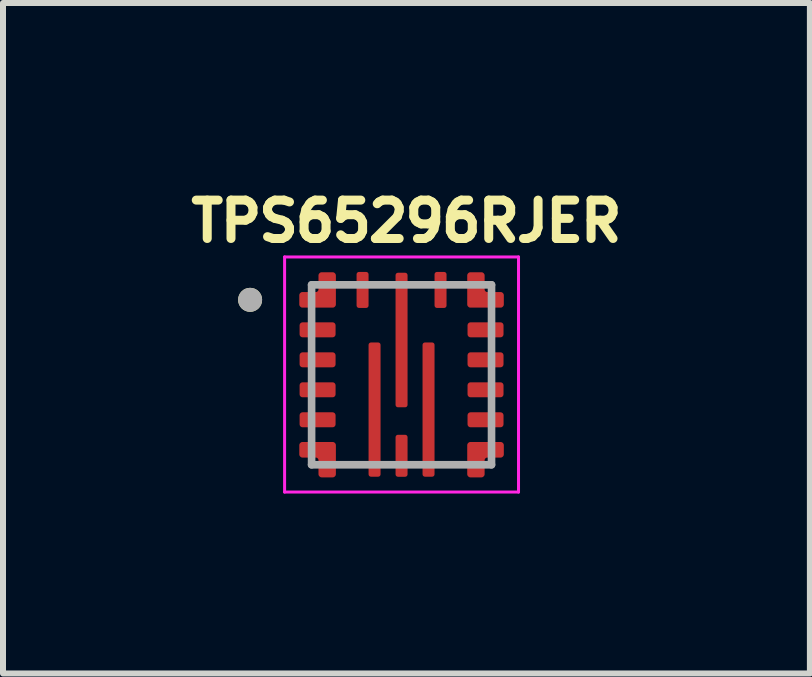
<source format=kicad_pcb>
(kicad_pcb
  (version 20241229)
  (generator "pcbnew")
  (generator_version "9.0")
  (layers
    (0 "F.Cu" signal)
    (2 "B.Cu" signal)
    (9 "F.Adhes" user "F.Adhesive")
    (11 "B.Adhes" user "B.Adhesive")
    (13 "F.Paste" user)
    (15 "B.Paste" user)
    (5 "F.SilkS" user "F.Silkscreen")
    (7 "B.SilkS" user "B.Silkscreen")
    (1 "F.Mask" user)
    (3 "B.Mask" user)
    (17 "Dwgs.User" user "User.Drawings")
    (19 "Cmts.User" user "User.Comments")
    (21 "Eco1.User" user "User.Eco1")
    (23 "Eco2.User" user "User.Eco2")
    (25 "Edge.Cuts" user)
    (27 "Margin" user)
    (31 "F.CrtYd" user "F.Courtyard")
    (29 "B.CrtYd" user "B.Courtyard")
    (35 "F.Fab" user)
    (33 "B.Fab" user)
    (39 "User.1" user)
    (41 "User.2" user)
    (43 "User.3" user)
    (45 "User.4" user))
  (footprint "TPS65296RJER"
    (layer "F.Cu")
    (at 3.645 3.199)
    (property "Reference" "TPS65296RJER" (at 0.082 -2.561 0) (layer "F.SilkS") (effects (font (size 0.64 0.64) (thickness 0.15))))
    (attr smd)
    (fp_poly (pts (xy -1.05 -0.875) (xy -1.05 -0.625) (xy -1.05 -0.622) (xy -1.05 -0.62) (xy -1.051 -0.617) (xy -1.051 -0.615) (xy -1.052 -0.612) (xy -1.052 -0.61) (xy -1.053 -0.607) (xy -1.054 -0.605) (xy -1.055 -0.602) (xy -1.057 -0.6) (xy -1.058 -0.598) (xy -1.06 -0.596) (xy -1.061 -0.594) (xy -1.063 -0.592) (xy -1.065 -0.59) (xy -1.067 -0.588) (xy -1.069 -0.586) (xy -1.071 -0.585) (xy -1.073 -0.583) (xy -1.075 -0.582) (xy -1.077 -0.58) (xy -1.08 -0.579) (xy -1.082 -0.578) (xy -1.085 -0.577) (xy -1.087 -0.577) (xy -1.09 -0.576) (xy -1.092 -0.576) (xy -1.095 -0.575) (xy -1.097 -0.575) (xy -1.1 -0.575) (xy -1.7 -0.575) (xy -1.703 -0.575) (xy -1.705 -0.575) (xy -1.708 -0.576) (xy -1.71 -0.576) (xy -1.713 -0.577) (xy -1.715 -0.577) (xy -1.718 -0.578) (xy -1.72 -0.579) (xy -1.723 -0.58) (xy -1.725 -0.582) (xy -1.727 -0.583) (xy -1.729 -0.585) (xy -1.731 -0.586) (xy -1.733 -0.588) (xy -1.735 -0.59) (xy -1.737 -0.592) (xy -1.739 -0.594) (xy -1.74 -0.596) (xy -1.742 -0.598) (xy -1.743 -0.6) (xy -1.745 -0.602) (xy -1.746 -0.605) (xy -1.747 -0.607) (xy -1.748 -0.61) (xy -1.748 -0.612) (xy -1.749 -0.615) (xy -1.749 -0.617) (xy -1.75 -0.62) (xy -1.75 -0.622) (xy -1.75 -0.625) (xy -1.75 -0.875) (xy -1.75 -0.878) (xy -1.75 -0.88) (xy -1.749 -0.883) (xy -1.749 -0.885) (xy -1.748 -0.888) (xy -1.748 -0.89) (xy -1.747 -0.893) (xy -1.746 -0.895) (xy -1.745 -0.898) (xy -1.743 -0.9) (xy -1.742 -0.902) (xy -1.74 -0.904) (xy -1.739 -0.906) (xy -1.737 -0.908) (xy -1.735 -0.91) (xy -1.733 -0.912) (xy -1.731 -0.914) (xy -1.729 -0.915) (xy -1.727 -0.917) (xy -1.725 -0.918) (xy -1.723 -0.92) (xy -1.72 -0.921) (xy -1.718 -0.922) (xy -1.715 -0.923) (xy -1.713 -0.923) (xy -1.71 -0.924) (xy -1.708 -0.924) (xy -1.705 -0.925) (xy -1.703 -0.925) (xy -1.7 -0.925) (xy -1.1 -0.925) (xy -1.097 -0.925) (xy -1.095 -0.925) (xy -1.092 -0.924) (xy -1.09 -0.924) (xy -1.087 -0.923) (xy -1.085 -0.923) (xy -1.082 -0.922) (xy -1.08 -0.921) (xy -1.077 -0.92) (xy -1.075 -0.918) (xy -1.073 -0.917) (xy -1.071 -0.915) (xy -1.069 -0.914) (xy -1.067 -0.912) (xy -1.065 -0.91) (xy -1.063 -0.908) (xy -1.061 -0.906) (xy -1.06 -0.904) (xy -1.058 -0.902) (xy -1.057 -0.9) (xy -1.055 -0.898) (xy -1.054 -0.895) (xy -1.053 -0.893) (xy -1.052 -0.89) (xy -1.052 -0.888) (xy -1.051 -0.885) (xy -1.051 -0.883) (xy -1.05 -0.88) (xy -1.05 -0.878) (xy -1.05 -0.875)) (stroke (width 0.01) (type solid)) (fill yes) (layer "F.Mask"))
    (fp_poly (pts (xy -1.05 -0.375) (xy -1.05 -0.125) (xy -1.05 -0.122) (xy -1.05 -0.12) (xy -1.051 -0.117) (xy -1.051 -0.115) (xy -1.052 -0.112) (xy -1.052 -0.11) (xy -1.053 -0.107) (xy -1.054 -0.105) (xy -1.055 -0.102) (xy -1.057 -0.1) (xy -1.058 -0.098) (xy -1.06 -0.096) (xy -1.061 -0.094) (xy -1.063 -0.092) (xy -1.065 -0.09) (xy -1.067 -0.088) (xy -1.069 -0.086) (xy -1.071 -0.085) (xy -1.073 -0.083) (xy -1.075 -0.082) (xy -1.077 -0.08) (xy -1.08 -0.079) (xy -1.082 -0.078) (xy -1.085 -0.077) (xy -1.087 -0.077) (xy -1.09 -0.076) (xy -1.092 -0.076) (xy -1.095 -0.075) (xy -1.097 -0.075) (xy -1.1 -0.075) (xy -1.7 -0.075) (xy -1.703 -0.075) (xy -1.705 -0.075) (xy -1.708 -0.076) (xy -1.71 -0.076) (xy -1.713 -0.077) (xy -1.715 -0.077) (xy -1.718 -0.078) (xy -1.72 -0.079) (xy -1.723 -0.08) (xy -1.725 -0.082) (xy -1.727 -0.083) (xy -1.729 -0.085) (xy -1.731 -0.086) (xy -1.733 -0.088) (xy -1.735 -0.09) (xy -1.737 -0.092) (xy -1.739 -0.094) (xy -1.74 -0.096) (xy -1.742 -0.098) (xy -1.743 -0.1) (xy -1.745 -0.102) (xy -1.746 -0.105) (xy -1.747 -0.107) (xy -1.748 -0.11) (xy -1.748 -0.112) (xy -1.749 -0.115) (xy -1.749 -0.117) (xy -1.75 -0.12) (xy -1.75 -0.122) (xy -1.75 -0.125) (xy -1.75 -0.375) (xy -1.75 -0.378) (xy -1.75 -0.38) (xy -1.749 -0.383) (xy -1.749 -0.385) (xy -1.748 -0.388) (xy -1.748 -0.39) (xy -1.747 -0.393) (xy -1.746 -0.395) (xy -1.745 -0.398) (xy -1.743 -0.4) (xy -1.742 -0.402) (xy -1.74 -0.404) (xy -1.739 -0.406) (xy -1.737 -0.408) (xy -1.735 -0.41) (xy -1.733 -0.412) (xy -1.731 -0.414) (xy -1.729 -0.415) (xy -1.727 -0.417) (xy -1.725 -0.418) (xy -1.723 -0.42) (xy -1.72 -0.421) (xy -1.718 -0.422) (xy -1.715 -0.423) (xy -1.713 -0.423) (xy -1.71 -0.424) (xy -1.708 -0.424) (xy -1.705 -0.425) (xy -1.703 -0.425) (xy -1.7 -0.425) (xy -1.1 -0.425) (xy -1.097 -0.425) (xy -1.095 -0.425) (xy -1.092 -0.424) (xy -1.09 -0.424) (xy -1.087 -0.423) (xy -1.085 -0.423) (xy -1.082 -0.422) (xy -1.08 -0.421) (xy -1.077 -0.42) (xy -1.075 -0.418) (xy -1.073 -0.417) (xy -1.071 -0.415) (xy -1.069 -0.414) (xy -1.067 -0.412) (xy -1.065 -0.41) (xy -1.063 -0.408) (xy -1.061 -0.406) (xy -1.06 -0.404) (xy -1.058 -0.402) (xy -1.057 -0.4) (xy -1.055 -0.398) (xy -1.054 -0.395) (xy -1.053 -0.393) (xy -1.052 -0.39) (xy -1.052 -0.388) (xy -1.051 -0.385) (xy -1.051 -0.383) (xy -1.05 -0.38) (xy -1.05 -0.378) (xy -1.05 -0.375)) (stroke (width 0.01) (type solid)) (fill yes) (layer "F.Mask"))
    (fp_poly (pts (xy -1.05 0.125) (xy -1.05 0.375) (xy -1.05 0.378) (xy -1.05 0.38) (xy -1.051 0.383) (xy -1.051 0.385) (xy -1.052 0.388) (xy -1.052 0.39) (xy -1.053 0.393) (xy -1.054 0.395) (xy -1.055 0.398) (xy -1.057 0.4) (xy -1.058 0.402) (xy -1.06 0.404) (xy -1.061 0.406) (xy -1.063 0.408) (xy -1.065 0.41) (xy -1.067 0.412) (xy -1.069 0.414) (xy -1.071 0.415) (xy -1.073 0.417) (xy -1.075 0.418) (xy -1.077 0.42) (xy -1.08 0.421) (xy -1.082 0.422) (xy -1.085 0.423) (xy -1.087 0.423) (xy -1.09 0.424) (xy -1.092 0.424) (xy -1.095 0.425) (xy -1.097 0.425) (xy -1.1 0.425) (xy -1.7 0.425) (xy -1.703 0.425) (xy -1.705 0.425) (xy -1.708 0.424) (xy -1.71 0.424) (xy -1.713 0.423) (xy -1.715 0.423) (xy -1.718 0.422) (xy -1.72 0.421) (xy -1.723 0.42) (xy -1.725 0.418) (xy -1.727 0.417) (xy -1.729 0.415) (xy -1.731 0.414) (xy -1.733 0.412) (xy -1.735 0.41) (xy -1.737 0.408) (xy -1.739 0.406) (xy -1.74 0.404) (xy -1.742 0.402) (xy -1.743 0.4) (xy -1.745 0.398) (xy -1.746 0.395) (xy -1.747 0.393) (xy -1.748 0.39) (xy -1.748 0.388) (xy -1.749 0.385) (xy -1.749 0.383) (xy -1.75 0.38) (xy -1.75 0.378) (xy -1.75 0.375) (xy -1.75 0.125) (xy -1.75 0.122) (xy -1.75 0.12) (xy -1.749 0.117) (xy -1.749 0.115) (xy -1.748 0.112) (xy -1.748 0.11) (xy -1.747 0.107) (xy -1.746 0.105) (xy -1.745 0.102) (xy -1.743 0.1) (xy -1.742 0.098) (xy -1.74 0.096) (xy -1.739 0.094) (xy -1.737 0.092) (xy -1.735 0.09) (xy -1.733 0.088) (xy -1.731 0.086) (xy -1.729 0.085) (xy -1.727 0.083) (xy -1.725 0.082) (xy -1.723 0.08) (xy -1.72 0.079) (xy -1.718 0.078) (xy -1.715 0.077) (xy -1.713 0.077) (xy -1.71 0.076) (xy -1.708 0.076) (xy -1.705 0.075) (xy -1.703 0.075) (xy -1.7 0.075) (xy -1.1 0.075) (xy -1.097 0.075) (xy -1.095 0.075) (xy -1.092 0.076) (xy -1.09 0.076) (xy -1.087 0.077) (xy -1.085 0.077) (xy -1.082 0.078) (xy -1.08 0.079) (xy -1.077 0.08) (xy -1.075 0.082) (xy -1.073 0.083) (xy -1.071 0.085) (xy -1.069 0.086) (xy -1.067 0.088) (xy -1.065 0.09) (xy -1.063 0.092) (xy -1.061 0.094) (xy -1.06 0.096) (xy -1.058 0.098) (xy -1.057 0.1) (xy -1.055 0.102) (xy -1.054 0.105) (xy -1.053 0.107) (xy -1.052 0.11) (xy -1.052 0.112) (xy -1.051 0.115) (xy -1.051 0.117) (xy -1.05 0.12) (xy -1.05 0.122) (xy -1.05 0.125)) (stroke (width 0.01) (type solid)) (fill yes) (layer "F.Mask"))
    (fp_poly (pts (xy -1.05 0.625) (xy -1.05 0.875) (xy -1.05 0.878) (xy -1.05 0.88) (xy -1.051 0.883) (xy -1.051 0.885) (xy -1.052 0.888) (xy -1.052 0.89) (xy -1.053 0.893) (xy -1.054 0.895) (xy -1.055 0.898) (xy -1.057 0.9) (xy -1.058 0.902) (xy -1.06 0.904) (xy -1.061 0.906) (xy -1.063 0.908) (xy -1.065 0.91) (xy -1.067 0.912) (xy -1.069 0.914) (xy -1.071 0.915) (xy -1.073 0.917) (xy -1.075 0.918) (xy -1.077 0.92) (xy -1.08 0.921) (xy -1.082 0.922) (xy -1.085 0.923) (xy -1.087 0.923) (xy -1.09 0.924) (xy -1.092 0.924) (xy -1.095 0.925) (xy -1.097 0.925) (xy -1.1 0.925) (xy -1.7 0.925) (xy -1.703 0.925) (xy -1.705 0.925) (xy -1.708 0.924) (xy -1.71 0.924) (xy -1.713 0.923) (xy -1.715 0.923) (xy -1.718 0.922) (xy -1.72 0.921) (xy -1.723 0.92) (xy -1.725 0.918) (xy -1.727 0.917) (xy -1.729 0.915) (xy -1.731 0.914) (xy -1.733 0.912) (xy -1.735 0.91) (xy -1.737 0.908) (xy -1.739 0.906) (xy -1.74 0.904) (xy -1.742 0.902) (xy -1.743 0.9) (xy -1.745 0.898) (xy -1.746 0.895) (xy -1.747 0.893) (xy -1.748 0.89) (xy -1.748 0.888) (xy -1.749 0.885) (xy -1.749 0.883) (xy -1.75 0.88) (xy -1.75 0.878) (xy -1.75 0.875) (xy -1.75 0.625) (xy -1.75 0.622) (xy -1.75 0.62) (xy -1.749 0.617) (xy -1.749 0.615) (xy -1.748 0.612) (xy -1.748 0.61) (xy -1.747 0.607) (xy -1.746 0.605) (xy -1.745 0.602) (xy -1.743 0.6) (xy -1.742 0.598) (xy -1.74 0.596) (xy -1.739 0.594) (xy -1.737 0.592) (xy -1.735 0.59) (xy -1.733 0.588) (xy -1.731 0.586) (xy -1.729 0.585) (xy -1.727 0.583) (xy -1.725 0.582) (xy -1.723 0.58) (xy -1.72 0.579) (xy -1.718 0.578) (xy -1.715 0.577) (xy -1.713 0.577) (xy -1.71 0.576) (xy -1.708 0.576) (xy -1.705 0.575) (xy -1.703 0.575) (xy -1.7 0.575) (xy -1.1 0.575) (xy -1.097 0.575) (xy -1.095 0.575) (xy -1.092 0.576) (xy -1.09 0.576) (xy -1.087 0.577) (xy -1.085 0.577) (xy -1.082 0.578) (xy -1.08 0.579) (xy -1.077 0.58) (xy -1.075 0.582) (xy -1.073 0.583) (xy -1.071 0.585) (xy -1.069 0.586) (xy -1.067 0.588) (xy -1.065 0.59) (xy -1.063 0.592) (xy -1.061 0.594) (xy -1.06 0.596) (xy -1.058 0.598) (xy -1.057 0.6) (xy -1.055 0.602) (xy -1.054 0.605) (xy -1.053 0.607) (xy -1.052 0.61) (xy -1.052 0.612) (xy -1.051 0.615) (xy -1.051 0.617) (xy -1.05 0.62) (xy -1.05 0.622) (xy -1.05 0.625)) (stroke (width 0.01) (type solid)) (fill yes) (layer "F.Mask"))
    (fp_poly (pts (xy -0.6 1.699) (xy -0.6 -0.539) (xy -0.6 -0.542) (xy -0.6 -0.544) (xy -0.599 -0.547) (xy -0.599 -0.549) (xy -0.598 -0.552) (xy -0.598 -0.554) (xy -0.597 -0.557) (xy -0.596 -0.559) (xy -0.595 -0.562) (xy -0.593 -0.564) (xy -0.592 -0.566) (xy -0.59 -0.568) (xy -0.589 -0.57) (xy -0.587 -0.572) (xy -0.585 -0.574) (xy -0.583 -0.576) (xy -0.581 -0.578) (xy -0.579 -0.579) (xy -0.577 -0.581) (xy -0.575 -0.582) (xy -0.573 -0.584) (xy -0.57 -0.585) (xy -0.568 -0.586) (xy -0.565 -0.587) (xy -0.563 -0.587) (xy -0.56 -0.588) (xy -0.558 -0.588) (xy -0.555 -0.589) (xy -0.553 -0.589) (xy -0.55 -0.589) (xy -0.35 -0.589) (xy -0.347 -0.589) (xy -0.345 -0.589) (xy -0.342 -0.588) (xy -0.34 -0.588) (xy -0.337 -0.587) (xy -0.335 -0.587) (xy -0.332 -0.586) (xy -0.33 -0.585) (xy -0.327 -0.584) (xy -0.325 -0.582) (xy -0.323 -0.581) (xy -0.321 -0.579) (xy -0.319 -0.578) (xy -0.317 -0.576) (xy -0.315 -0.574) (xy -0.313 -0.572) (xy -0.311 -0.57) (xy -0.31 -0.568) (xy -0.308 -0.566) (xy -0.307 -0.564) (xy -0.305 -0.562) (xy -0.304 -0.559) (xy -0.303 -0.557) (xy -0.302 -0.554) (xy -0.302 -0.552) (xy -0.301 -0.549) (xy -0.301 -0.547) (xy -0.3 -0.544) (xy -0.3 -0.542) (xy -0.3 -0.539) (xy -0.3 1.699) (xy -0.3 1.702) (xy -0.3 1.704) (xy -0.301 1.707) (xy -0.301 1.709) (xy -0.302 1.712) (xy -0.302 1.714) (xy -0.303 1.717) (xy -0.304 1.719) (xy -0.305 1.722) (xy -0.307 1.724) (xy -0.308 1.726) (xy -0.31 1.728) (xy -0.311 1.73) (xy -0.313 1.732) (xy -0.315 1.734) (xy -0.317 1.736) (xy -0.319 1.738) (xy -0.321 1.739) (xy -0.323 1.741) (xy -0.325 1.742) (xy -0.327 1.744) (xy -0.33 1.745) (xy -0.332 1.746) (xy -0.335 1.747) (xy -0.337 1.747) (xy -0.34 1.748) (xy -0.342 1.748) (xy -0.345 1.749) (xy -0.347 1.749) (xy -0.35 1.749) (xy -0.55 1.749) (xy -0.553 1.749) (xy -0.555 1.749) (xy -0.558 1.748) (xy -0.56 1.748) (xy -0.563 1.747) (xy -0.565 1.747) (xy -0.568 1.746) (xy -0.57 1.745) (xy -0.573 1.744) (xy -0.575 1.742) (xy -0.577 1.741) (xy -0.579 1.739) (xy -0.581 1.738) (xy -0.583 1.736) (xy -0.585 1.734) (xy -0.587 1.732) (xy -0.589 1.73) (xy -0.59 1.728) (xy -0.592 1.726) (xy -0.593 1.724) (xy -0.595 1.722) (xy -0.596 1.719) (xy -0.597 1.717) (xy -0.598 1.714) (xy -0.598 1.712) (xy -0.599 1.709) (xy -0.599 1.707) (xy -0.6 1.704) (xy -0.6 1.702) (xy -0.6 1.699)) (stroke (width 0.01) (type solid)) (fill yes) (layer "F.Mask"))
    (fp_poly (pts (xy -0.5 -1.715) (xy -0.5 -1.115) (xy -0.5 -1.112) (xy -0.5 -1.11) (xy -0.501 -1.107) (xy -0.501 -1.105) (xy -0.502 -1.102) (xy -0.502 -1.1) (xy -0.503 -1.097) (xy -0.504 -1.095) (xy -0.505 -1.092) (xy -0.507 -1.09) (xy -0.508 -1.088) (xy -0.51 -1.086) (xy -0.511 -1.084) (xy -0.513 -1.082) (xy -0.515 -1.08) (xy -0.517 -1.078) (xy -0.519 -1.076) (xy -0.521 -1.075) (xy -0.523 -1.073) (xy -0.525 -1.072) (xy -0.527 -1.07) (xy -0.53 -1.069) (xy -0.532 -1.068) (xy -0.535 -1.067) (xy -0.537 -1.067) (xy -0.54 -1.066) (xy -0.542 -1.066) (xy -0.545 -1.065) (xy -0.547 -1.065) (xy -0.55 -1.065) (xy -0.75 -1.065) (xy -0.753 -1.065) (xy -0.755 -1.065) (xy -0.758 -1.066) (xy -0.76 -1.066) (xy -0.763 -1.067) (xy -0.765 -1.067) (xy -0.768 -1.068) (xy -0.77 -1.069) (xy -0.773 -1.07) (xy -0.775 -1.072) (xy -0.777 -1.073) (xy -0.779 -1.075) (xy -0.781 -1.076) (xy -0.783 -1.078) (xy -0.785 -1.08) (xy -0.787 -1.082) (xy -0.789 -1.084) (xy -0.79 -1.086) (xy -0.792 -1.088) (xy -0.793 -1.09) (xy -0.795 -1.092) (xy -0.796 -1.095) (xy -0.797 -1.097) (xy -0.798 -1.1) (xy -0.798 -1.102) (xy -0.799 -1.105) (xy -0.799 -1.107) (xy -0.8 -1.11) (xy -0.8 -1.112) (xy -0.8 -1.115) (xy -0.8 -1.715) (xy -0.8 -1.718) (xy -0.8 -1.72) (xy -0.799 -1.723) (xy -0.799 -1.725) (xy -0.798 -1.728) (xy -0.798 -1.73) (xy -0.797 -1.733) (xy -0.796 -1.735) (xy -0.795 -1.738) (xy -0.793 -1.74) (xy -0.792 -1.742) (xy -0.79 -1.744) (xy -0.789 -1.746) (xy -0.787 -1.748) (xy -0.785 -1.75) (xy -0.783 -1.752) (xy -0.781 -1.754) (xy -0.779 -1.755) (xy -0.777 -1.757) (xy -0.775 -1.758) (xy -0.773 -1.76) (xy -0.77 -1.761) (xy -0.768 -1.762) (xy -0.765 -1.763) (xy -0.763 -1.763) (xy -0.76 -1.764) (xy -0.758 -1.764) (xy -0.755 -1.765) (xy -0.753 -1.765) (xy -0.75 -1.765) (xy -0.55 -1.765) (xy -0.547 -1.765) (xy -0.545 -1.765) (xy -0.542 -1.764) (xy -0.54 -1.764) (xy -0.537 -1.763) (xy -0.535 -1.763) (xy -0.532 -1.762) (xy -0.53 -1.761) (xy -0.527 -1.76) (xy -0.525 -1.758) (xy -0.523 -1.757) (xy -0.521 -1.755) (xy -0.519 -1.754) (xy -0.517 -1.752) (xy -0.515 -1.75) (xy -0.513 -1.748) (xy -0.511 -1.746) (xy -0.51 -1.744) (xy -0.508 -1.742) (xy -0.507 -1.74) (xy -0.505 -1.738) (xy -0.504 -1.735) (xy -0.503 -1.733) (xy -0.502 -1.73) (xy -0.502 -1.728) (xy -0.501 -1.725) (xy -0.501 -1.723) (xy -0.5 -1.72) (xy -0.5 -1.718) (xy -0.5 -1.715)) (stroke (width 0.01) (type solid)) (fill yes) (layer "F.Mask"))
    (fp_poly (pts (xy 0.15 -1.715) (xy 0.15 0.528) (xy 0.15 0.531) (xy 0.15 0.533) (xy 0.149 0.536) (xy 0.149 0.538) (xy 0.148 0.541) (xy 0.148 0.543) (xy 0.147 0.546) (xy 0.146 0.548) (xy 0.145 0.551) (xy 0.143 0.553) (xy 0.142 0.555) (xy 0.14 0.557) (xy 0.139 0.559) (xy 0.137 0.561) (xy 0.135 0.563) (xy 0.133 0.565) (xy 0.131 0.567) (xy 0.129 0.568) (xy 0.127 0.57) (xy 0.125 0.571) (xy 0.123 0.573) (xy 0.12 0.574) (xy 0.118 0.575) (xy 0.115 0.576) (xy 0.113 0.576) (xy 0.11 0.577) (xy 0.108 0.577) (xy 0.105 0.578) (xy 0.103 0.578) (xy 0.1 0.578) (xy -0.1 0.578) (xy -0.103 0.578) (xy -0.105 0.578) (xy -0.108 0.577) (xy -0.11 0.577) (xy -0.113 0.576) (xy -0.115 0.576) (xy -0.118 0.575) (xy -0.12 0.574) (xy -0.123 0.573) (xy -0.125 0.571) (xy -0.127 0.57) (xy -0.129 0.568) (xy -0.131 0.567) (xy -0.133 0.565) (xy -0.135 0.563) (xy -0.137 0.561) (xy -0.139 0.559) (xy -0.14 0.557) (xy -0.142 0.555) (xy -0.143 0.553) (xy -0.145 0.551) (xy -0.146 0.548) (xy -0.147 0.546) (xy -0.148 0.543) (xy -0.148 0.541) (xy -0.149 0.538) (xy -0.149 0.536) (xy -0.15 0.533) (xy -0.15 0.531) (xy -0.15 0.528) (xy -0.15 -1.715) (xy -0.15 -1.718) (xy -0.15 -1.72) (xy -0.149 -1.723) (xy -0.149 -1.725) (xy -0.148 -1.728) (xy -0.148 -1.73) (xy -0.147 -1.733) (xy -0.146 -1.735) (xy -0.145 -1.738) (xy -0.143 -1.74) (xy -0.142 -1.742) (xy -0.14 -1.744) (xy -0.139 -1.746) (xy -0.137 -1.748) (xy -0.135 -1.75) (xy -0.133 -1.752) (xy -0.131 -1.754) (xy -0.129 -1.755) (xy -0.127 -1.757) (xy -0.125 -1.758) (xy -0.123 -1.76) (xy -0.12 -1.761) (xy -0.118 -1.762) (xy -0.115 -1.763) (xy -0.113 -1.763) (xy -0.11 -1.764) (xy -0.108 -1.764) (xy -0.105 -1.765) (xy -0.103 -1.765) (xy -0.1 -1.765) (xy 0.1 -1.765) (xy 0.103 -1.765) (xy 0.105 -1.765) (xy 0.108 -1.764) (xy 0.11 -1.764) (xy 0.113 -1.763) (xy 0.115 -1.763) (xy 0.118 -1.762) (xy 0.12 -1.761) (xy 0.123 -1.76) (xy 0.125 -1.758) (xy 0.127 -1.757) (xy 0.129 -1.755) (xy 0.131 -1.754) (xy 0.133 -1.752) (xy 0.135 -1.75) (xy 0.137 -1.748) (xy 0.139 -1.746) (xy 0.14 -1.744) (xy 0.142 -1.742) (xy 0.143 -1.74) (xy 0.145 -1.738) (xy 0.146 -1.735) (xy 0.147 -1.733) (xy 0.148 -1.73) (xy 0.148 -1.728) (xy 0.149 -1.725) (xy 0.149 -1.723) (xy 0.15 -1.72) (xy 0.15 -1.718) (xy 0.15 -1.715)) (stroke (width 0.01) (type solid)) (fill yes) (layer "F.Mask"))
    (fp_poly (pts (xy 0.15 0.999) (xy 0.15 1.699) (xy 0.15 1.702) (xy 0.15 1.704) (xy 0.149 1.707) (xy 0.149 1.709) (xy 0.148 1.712) (xy 0.148 1.714) (xy 0.147 1.717) (xy 0.146 1.719) (xy 0.145 1.722) (xy 0.143 1.724) (xy 0.142 1.726) (xy 0.14 1.728) (xy 0.139 1.73) (xy 0.137 1.732) (xy 0.135 1.734) (xy 0.133 1.736) (xy 0.131 1.738) (xy 0.129 1.739) (xy 0.127 1.741) (xy 0.125 1.742) (xy 0.123 1.744) (xy 0.12 1.745) (xy 0.118 1.746) (xy 0.115 1.747) (xy 0.113 1.747) (xy 0.11 1.748) (xy 0.108 1.748) (xy 0.105 1.749) (xy 0.103 1.749) (xy 0.1 1.749) (xy -0.1 1.749) (xy -0.103 1.749) (xy -0.105 1.749) (xy -0.108 1.748) (xy -0.11 1.748) (xy -0.113 1.747) (xy -0.115 1.747) (xy -0.118 1.746) (xy -0.12 1.745) (xy -0.123 1.744) (xy -0.125 1.742) (xy -0.127 1.741) (xy -0.129 1.739) (xy -0.131 1.738) (xy -0.133 1.736) (xy -0.135 1.734) (xy -0.137 1.732) (xy -0.139 1.73) (xy -0.14 1.728) (xy -0.142 1.726) (xy -0.143 1.724) (xy -0.145 1.722) (xy -0.146 1.719) (xy -0.147 1.717) (xy -0.148 1.714) (xy -0.148 1.712) (xy -0.149 1.709) (xy -0.149 1.707) (xy -0.15 1.704) (xy -0.15 1.702) (xy -0.15 1.699) (xy -0.15 0.999) (xy -0.15 0.996) (xy -0.15 0.994) (xy -0.149 0.991) (xy -0.149 0.989) (xy -0.148 0.986) (xy -0.148 0.984) (xy -0.147 0.981) (xy -0.146 0.979) (xy -0.145 0.976) (xy -0.143 0.974) (xy -0.142 0.972) (xy -0.14 0.97) (xy -0.139 0.968) (xy -0.137 0.966) (xy -0.135 0.964) (xy -0.133 0.962) (xy -0.131 0.96) (xy -0.129 0.959) (xy -0.127 0.957) (xy -0.125 0.956) (xy -0.123 0.954) (xy -0.12 0.953) (xy -0.118 0.952) (xy -0.115 0.951) (xy -0.113 0.951) (xy -0.11 0.95) (xy -0.108 0.95) (xy -0.105 0.949) (xy -0.103 0.949) (xy -0.1 0.949) (xy 0.1 0.949) (xy 0.103 0.949) (xy 0.105 0.949) (xy 0.108 0.95) (xy 0.11 0.95) (xy 0.113 0.951) (xy 0.115 0.951) (xy 0.118 0.952) (xy 0.12 0.953) (xy 0.123 0.954) (xy 0.125 0.956) (xy 0.127 0.957) (xy 0.129 0.959) (xy 0.131 0.96) (xy 0.133 0.962) (xy 0.135 0.964) (xy 0.137 0.966) (xy 0.139 0.968) (xy 0.14 0.97) (xy 0.142 0.972) (xy 0.143 0.974) (xy 0.145 0.976) (xy 0.146 0.979) (xy 0.147 0.981) (xy 0.148 0.984) (xy 0.148 0.986) (xy 0.149 0.989) (xy 0.149 0.991) (xy 0.15 0.994) (xy 0.15 0.996) (xy 0.15 0.999)) (stroke (width 0.01) (type solid)) (fill yes) (layer "F.Mask"))
    (fp_poly (pts (xy 0.3 1.699) (xy 0.3 -0.539) (xy 0.3 -0.542) (xy 0.3 -0.544) (xy 0.301 -0.547) (xy 0.301 -0.549) (xy 0.302 -0.552) (xy 0.302 -0.554) (xy 0.303 -0.557) (xy 0.304 -0.559) (xy 0.305 -0.562) (xy 0.307 -0.564) (xy 0.308 -0.566) (xy 0.31 -0.568) (xy 0.311 -0.57) (xy 0.313 -0.572) (xy 0.315 -0.574) (xy 0.317 -0.576) (xy 0.319 -0.578) (xy 0.321 -0.579) (xy 0.323 -0.581) (xy 0.325 -0.582) (xy 0.327 -0.584) (xy 0.33 -0.585) (xy 0.332 -0.586) (xy 0.335 -0.587) (xy 0.337 -0.587) (xy 0.34 -0.588) (xy 0.342 -0.588) (xy 0.345 -0.589) (xy 0.347 -0.589) (xy 0.35 -0.589) (xy 0.55 -0.589) (xy 0.553 -0.589) (xy 0.555 -0.589) (xy 0.558 -0.588) (xy 0.56 -0.588) (xy 0.563 -0.587) (xy 0.565 -0.587) (xy 0.568 -0.586) (xy 0.57 -0.585) (xy 0.573 -0.584) (xy 0.575 -0.582) (xy 0.577 -0.581) (xy 0.579 -0.579) (xy 0.581 -0.578) (xy 0.583 -0.576) (xy 0.585 -0.574) (xy 0.587 -0.572) (xy 0.589 -0.57) (xy 0.59 -0.568) (xy 0.592 -0.566) (xy 0.593 -0.564) (xy 0.595 -0.562) (xy 0.596 -0.559) (xy 0.597 -0.557) (xy 0.598 -0.554) (xy 0.598 -0.552) (xy 0.599 -0.549) (xy 0.599 -0.547) (xy 0.6 -0.544) (xy 0.6 -0.542) (xy 0.6 -0.539) (xy 0.6 1.699) (xy 0.6 1.702) (xy 0.6 1.704) (xy 0.599 1.707) (xy 0.599 1.709) (xy 0.598 1.712) (xy 0.598 1.714) (xy 0.597 1.717) (xy 0.596 1.719) (xy 0.595 1.722) (xy 0.593 1.724) (xy 0.592 1.726) (xy 0.59 1.728) (xy 0.589 1.73) (xy 0.587 1.732) (xy 0.585 1.734) (xy 0.583 1.736) (xy 0.581 1.738) (xy 0.579 1.739) (xy 0.577 1.741) (xy 0.575 1.742) (xy 0.573 1.744) (xy 0.57 1.745) (xy 0.568 1.746) (xy 0.565 1.747) (xy 0.563 1.747) (xy 0.56 1.748) (xy 0.558 1.748) (xy 0.555 1.749) (xy 0.553 1.749) (xy 0.55 1.749) (xy 0.35 1.749) (xy 0.347 1.749) (xy 0.345 1.749) (xy 0.342 1.748) (xy 0.34 1.748) (xy 0.337 1.747) (xy 0.335 1.747) (xy 0.332 1.746) (xy 0.33 1.745) (xy 0.327 1.744) (xy 0.325 1.742) (xy 0.323 1.741) (xy 0.321 1.739) (xy 0.319 1.738) (xy 0.317 1.736) (xy 0.315 1.734) (xy 0.313 1.732) (xy 0.311 1.73) (xy 0.31 1.728) (xy 0.308 1.726) (xy 0.307 1.724) (xy 0.305 1.722) (xy 0.304 1.719) (xy 0.303 1.717) (xy 0.302 1.714) (xy 0.302 1.712) (xy 0.301 1.709) (xy 0.301 1.707) (xy 0.3 1.704) (xy 0.3 1.702) (xy 0.3 1.699)) (stroke (width 0.01) (type solid)) (fill yes) (layer "F.Mask"))
    (fp_poly (pts (xy 0.8 -1.715) (xy 0.8 -1.115) (xy 0.8 -1.112) (xy 0.8 -1.11) (xy 0.799 -1.107) (xy 0.799 -1.105) (xy 0.798 -1.102) (xy 0.798 -1.1) (xy 0.797 -1.097) (xy 0.796 -1.095) (xy 0.795 -1.092) (xy 0.793 -1.09) (xy 0.792 -1.088) (xy 0.79 -1.086) (xy 0.789 -1.084) (xy 0.787 -1.082) (xy 0.785 -1.08) (xy 0.783 -1.078) (xy 0.781 -1.076) (xy 0.779 -1.075) (xy 0.777 -1.073) (xy 0.775 -1.072) (xy 0.773 -1.07) (xy 0.77 -1.069) (xy 0.768 -1.068) (xy 0.765 -1.067) (xy 0.763 -1.067) (xy 0.76 -1.066) (xy 0.758 -1.066) (xy 0.755 -1.065) (xy 0.753 -1.065) (xy 0.75 -1.065) (xy 0.55 -1.065) (xy 0.547 -1.065) (xy 0.545 -1.065) (xy 0.542 -1.066) (xy 0.54 -1.066) (xy 0.537 -1.067) (xy 0.535 -1.067) (xy 0.532 -1.068) (xy 0.53 -1.069) (xy 0.527 -1.07) (xy 0.525 -1.072) (xy 0.523 -1.073) (xy 0.521 -1.075) (xy 0.519 -1.076) (xy 0.517 -1.078) (xy 0.515 -1.08) (xy 0.513 -1.082) (xy 0.511 -1.084) (xy 0.51 -1.086) (xy 0.508 -1.088) (xy 0.507 -1.09) (xy 0.505 -1.092) (xy 0.504 -1.095) (xy 0.503 -1.097) (xy 0.502 -1.1) (xy 0.502 -1.102) (xy 0.501 -1.105) (xy 0.501 -1.107) (xy 0.5 -1.11) (xy 0.5 -1.112) (xy 0.5 -1.115) (xy 0.5 -1.715) (xy 0.5 -1.718) (xy 0.5 -1.72) (xy 0.501 -1.723) (xy 0.501 -1.725) (xy 0.502 -1.728) (xy 0.502 -1.73) (xy 0.503 -1.733) (xy 0.504 -1.735) (xy 0.505 -1.738) (xy 0.507 -1.74) (xy 0.508 -1.742) (xy 0.51 -1.744) (xy 0.511 -1.746) (xy 0.513 -1.748) (xy 0.515 -1.75) (xy 0.517 -1.752) (xy 0.519 -1.754) (xy 0.521 -1.755) (xy 0.523 -1.757) (xy 0.525 -1.758) (xy 0.527 -1.76) (xy 0.53 -1.761) (xy 0.532 -1.762) (xy 0.535 -1.763) (xy 0.537 -1.763) (xy 0.54 -1.764) (xy 0.542 -1.764) (xy 0.545 -1.765) (xy 0.547 -1.765) (xy 0.55 -1.765) (xy 0.75 -1.765) (xy 0.753 -1.765) (xy 0.755 -1.765) (xy 0.758 -1.764) (xy 0.76 -1.764) (xy 0.763 -1.763) (xy 0.765 -1.763) (xy 0.768 -1.762) (xy 0.77 -1.761) (xy 0.773 -1.76) (xy 0.775 -1.758) (xy 0.777 -1.757) (xy 0.779 -1.755) (xy 0.781 -1.754) (xy 0.783 -1.752) (xy 0.785 -1.75) (xy 0.787 -1.748) (xy 0.789 -1.746) (xy 0.79 -1.744) (xy 0.792 -1.742) (xy 0.793 -1.74) (xy 0.795 -1.738) (xy 0.796 -1.735) (xy 0.797 -1.733) (xy 0.798 -1.73) (xy 0.798 -1.728) (xy 0.799 -1.725) (xy 0.799 -1.723) (xy 0.8 -1.72) (xy 0.8 -1.718) (xy 0.8 -1.715)) (stroke (width 0.01) (type solid)) (fill yes) (layer "F.Mask"))
    (fp_poly (pts (xy 1.75 -0.875) (xy 1.75 -0.625) (xy 1.75 -0.622) (xy 1.75 -0.62) (xy 1.749 -0.617) (xy 1.749 -0.615) (xy 1.748 -0.612) (xy 1.748 -0.61) (xy 1.747 -0.607) (xy 1.746 -0.605) (xy 1.745 -0.602) (xy 1.743 -0.6) (xy 1.742 -0.598) (xy 1.74 -0.596) (xy 1.739 -0.594) (xy 1.737 -0.592) (xy 1.735 -0.59) (xy 1.733 -0.588) (xy 1.731 -0.586) (xy 1.729 -0.585) (xy 1.727 -0.583) (xy 1.725 -0.582) (xy 1.723 -0.58) (xy 1.72 -0.579) (xy 1.718 -0.578) (xy 1.715 -0.577) (xy 1.713 -0.577) (xy 1.71 -0.576) (xy 1.708 -0.576) (xy 1.705 -0.575) (xy 1.703 -0.575) (xy 1.7 -0.575) (xy 1.1 -0.575) (xy 1.097 -0.575) (xy 1.095 -0.575) (xy 1.092 -0.576) (xy 1.09 -0.576) (xy 1.087 -0.577) (xy 1.085 -0.577) (xy 1.082 -0.578) (xy 1.08 -0.579) (xy 1.077 -0.58) (xy 1.075 -0.582) (xy 1.073 -0.583) (xy 1.071 -0.585) (xy 1.069 -0.586) (xy 1.067 -0.588) (xy 1.065 -0.59) (xy 1.063 -0.592) (xy 1.061 -0.594) (xy 1.06 -0.596) (xy 1.058 -0.598) (xy 1.057 -0.6) (xy 1.055 -0.602) (xy 1.054 -0.605) (xy 1.053 -0.607) (xy 1.052 -0.61) (xy 1.052 -0.612) (xy 1.051 -0.615) (xy 1.051 -0.617) (xy 1.05 -0.62) (xy 1.05 -0.622) (xy 1.05 -0.625) (xy 1.05 -0.875) (xy 1.05 -0.878) (xy 1.05 -0.88) (xy 1.051 -0.883) (xy 1.051 -0.885) (xy 1.052 -0.888) (xy 1.052 -0.89) (xy 1.053 -0.893) (xy 1.054 -0.895) (xy 1.055 -0.898) (xy 1.057 -0.9) (xy 1.058 -0.902) (xy 1.06 -0.904) (xy 1.061 -0.906) (xy 1.063 -0.908) (xy 1.065 -0.91) (xy 1.067 -0.912) (xy 1.069 -0.914) (xy 1.071 -0.915) (xy 1.073 -0.917) (xy 1.075 -0.918) (xy 1.077 -0.92) (xy 1.08 -0.921) (xy 1.082 -0.922) (xy 1.085 -0.923) (xy 1.087 -0.923) (xy 1.09 -0.924) (xy 1.092 -0.924) (xy 1.095 -0.925) (xy 1.097 -0.925) (xy 1.1 -0.925) (xy 1.7 -0.925) (xy 1.703 -0.925) (xy 1.705 -0.925) (xy 1.708 -0.924) (xy 1.71 -0.924) (xy 1.713 -0.923) (xy 1.715 -0.923) (xy 1.718 -0.922) (xy 1.72 -0.921) (xy 1.723 -0.92) (xy 1.725 -0.918) (xy 1.727 -0.917) (xy 1.729 -0.915) (xy 1.731 -0.914) (xy 1.733 -0.912) (xy 1.735 -0.91) (xy 1.737 -0.908) (xy 1.739 -0.906) (xy 1.74 -0.904) (xy 1.742 -0.902) (xy 1.743 -0.9) (xy 1.745 -0.898) (xy 1.746 -0.895) (xy 1.747 -0.893) (xy 1.748 -0.89) (xy 1.748 -0.888) (xy 1.749 -0.885) (xy 1.749 -0.883) (xy 1.75 -0.88) (xy 1.75 -0.878) (xy 1.75 -0.875)) (stroke (width 0.01) (type solid)) (fill yes) (layer "F.Mask"))
    (fp_poly (pts (xy 1.75 -0.375) (xy 1.75 -0.125) (xy 1.75 -0.122) (xy 1.75 -0.12) (xy 1.749 -0.117) (xy 1.749 -0.115) (xy 1.748 -0.112) (xy 1.748 -0.11) (xy 1.747 -0.107) (xy 1.746 -0.105) (xy 1.745 -0.102) (xy 1.743 -0.1) (xy 1.742 -0.098) (xy 1.74 -0.096) (xy 1.739 -0.094) (xy 1.737 -0.092) (xy 1.735 -0.09) (xy 1.733 -0.088) (xy 1.731 -0.086) (xy 1.729 -0.085) (xy 1.727 -0.083) (xy 1.725 -0.082) (xy 1.723 -0.08) (xy 1.72 -0.079) (xy 1.718 -0.078) (xy 1.715 -0.077) (xy 1.713 -0.077) (xy 1.71 -0.076) (xy 1.708 -0.076) (xy 1.705 -0.075) (xy 1.703 -0.075) (xy 1.7 -0.075) (xy 1.1 -0.075) (xy 1.097 -0.075) (xy 1.095 -0.075) (xy 1.092 -0.076) (xy 1.09 -0.076) (xy 1.087 -0.077) (xy 1.085 -0.077) (xy 1.082 -0.078) (xy 1.08 -0.079) (xy 1.077 -0.08) (xy 1.075 -0.082) (xy 1.073 -0.083) (xy 1.071 -0.085) (xy 1.069 -0.086) (xy 1.067 -0.088) (xy 1.065 -0.09) (xy 1.063 -0.092) (xy 1.061 -0.094) (xy 1.06 -0.096) (xy 1.058 -0.098) (xy 1.057 -0.1) (xy 1.055 -0.102) (xy 1.054 -0.105) (xy 1.053 -0.107) (xy 1.052 -0.11) (xy 1.052 -0.112) (xy 1.051 -0.115) (xy 1.051 -0.117) (xy 1.05 -0.12) (xy 1.05 -0.122) (xy 1.05 -0.125) (xy 1.05 -0.375) (xy 1.05 -0.378) (xy 1.05 -0.38) (xy 1.051 -0.383) (xy 1.051 -0.385) (xy 1.052 -0.388) (xy 1.052 -0.39) (xy 1.053 -0.393) (xy 1.054 -0.395) (xy 1.055 -0.398) (xy 1.057 -0.4) (xy 1.058 -0.402) (xy 1.06 -0.404) (xy 1.061 -0.406) (xy 1.063 -0.408) (xy 1.065 -0.41) (xy 1.067 -0.412) (xy 1.069 -0.414) (xy 1.071 -0.415) (xy 1.073 -0.417) (xy 1.075 -0.418) (xy 1.077 -0.42) (xy 1.08 -0.421) (xy 1.082 -0.422) (xy 1.085 -0.423) (xy 1.087 -0.423) (xy 1.09 -0.424) (xy 1.092 -0.424) (xy 1.095 -0.425) (xy 1.097 -0.425) (xy 1.1 -0.425) (xy 1.7 -0.425) (xy 1.703 -0.425) (xy 1.705 -0.425) (xy 1.708 -0.424) (xy 1.71 -0.424) (xy 1.713 -0.423) (xy 1.715 -0.423) (xy 1.718 -0.422) (xy 1.72 -0.421) (xy 1.723 -0.42) (xy 1.725 -0.418) (xy 1.727 -0.417) (xy 1.729 -0.415) (xy 1.731 -0.414) (xy 1.733 -0.412) (xy 1.735 -0.41) (xy 1.737 -0.408) (xy 1.739 -0.406) (xy 1.74 -0.404) (xy 1.742 -0.402) (xy 1.743 -0.4) (xy 1.745 -0.398) (xy 1.746 -0.395) (xy 1.747 -0.393) (xy 1.748 -0.39) (xy 1.748 -0.388) (xy 1.749 -0.385) (xy 1.749 -0.383) (xy 1.75 -0.38) (xy 1.75 -0.378) (xy 1.75 -0.375)) (stroke (width 0.01) (type solid)) (fill yes) (layer "F.Mask"))
    (fp_poly (pts (xy 1.75 0.125) (xy 1.75 0.375) (xy 1.75 0.378) (xy 1.75 0.38) (xy 1.749 0.383) (xy 1.749 0.385) (xy 1.748 0.388) (xy 1.748 0.39) (xy 1.747 0.393) (xy 1.746 0.395) (xy 1.745 0.398) (xy 1.743 0.4) (xy 1.742 0.402) (xy 1.74 0.404) (xy 1.739 0.406) (xy 1.737 0.408) (xy 1.735 0.41) (xy 1.733 0.412) (xy 1.731 0.414) (xy 1.729 0.415) (xy 1.727 0.417) (xy 1.725 0.418) (xy 1.723 0.42) (xy 1.72 0.421) (xy 1.718 0.422) (xy 1.715 0.423) (xy 1.713 0.423) (xy 1.71 0.424) (xy 1.708 0.424) (xy 1.705 0.425) (xy 1.703 0.425) (xy 1.7 0.425) (xy 1.1 0.425) (xy 1.097 0.425) (xy 1.095 0.425) (xy 1.092 0.424) (xy 1.09 0.424) (xy 1.087 0.423) (xy 1.085 0.423) (xy 1.082 0.422) (xy 1.08 0.421) (xy 1.077 0.42) (xy 1.075 0.418) (xy 1.073 0.417) (xy 1.071 0.415) (xy 1.069 0.414) (xy 1.067 0.412) (xy 1.065 0.41) (xy 1.063 0.408) (xy 1.061 0.406) (xy 1.06 0.404) (xy 1.058 0.402) (xy 1.057 0.4) (xy 1.055 0.398) (xy 1.054 0.395) (xy 1.053 0.393) (xy 1.052 0.39) (xy 1.052 0.388) (xy 1.051 0.385) (xy 1.051 0.383) (xy 1.05 0.38) (xy 1.05 0.378) (xy 1.05 0.375) (xy 1.05 0.125) (xy 1.05 0.122) (xy 1.05 0.12) (xy 1.051 0.117) (xy 1.051 0.115) (xy 1.052 0.112) (xy 1.052 0.11) (xy 1.053 0.107) (xy 1.054 0.105) (xy 1.055 0.102) (xy 1.057 0.1) (xy 1.058 0.098) (xy 1.06 0.096) (xy 1.061 0.094) (xy 1.063 0.092) (xy 1.065 0.09) (xy 1.067 0.088) (xy 1.069 0.086) (xy 1.071 0.085) (xy 1.073 0.083) (xy 1.075 0.082) (xy 1.077 0.08) (xy 1.08 0.079) (xy 1.082 0.078) (xy 1.085 0.077) (xy 1.087 0.077) (xy 1.09 0.076) (xy 1.092 0.076) (xy 1.095 0.075) (xy 1.097 0.075) (xy 1.1 0.075) (xy 1.7 0.075) (xy 1.703 0.075) (xy 1.705 0.075) (xy 1.708 0.076) (xy 1.71 0.076) (xy 1.713 0.077) (xy 1.715 0.077) (xy 1.718 0.078) (xy 1.72 0.079) (xy 1.723 0.08) (xy 1.725 0.082) (xy 1.727 0.083) (xy 1.729 0.085) (xy 1.731 0.086) (xy 1.733 0.088) (xy 1.735 0.09) (xy 1.737 0.092) (xy 1.739 0.094) (xy 1.74 0.096) (xy 1.742 0.098) (xy 1.743 0.1) (xy 1.745 0.102) (xy 1.746 0.105) (xy 1.747 0.107) (xy 1.748 0.11) (xy 1.748 0.112) (xy 1.749 0.115) (xy 1.749 0.117) (xy 1.75 0.12) (xy 1.75 0.122) (xy 1.75 0.125)) (stroke (width 0.01) (type solid)) (fill yes) (layer "F.Mask"))
    (fp_poly (pts (xy 1.75 0.625) (xy 1.75 0.875) (xy 1.75 0.878) (xy 1.75 0.88) (xy 1.749 0.883) (xy 1.749 0.885) (xy 1.748 0.888) (xy 1.748 0.89) (xy 1.747 0.893) (xy 1.746 0.895) (xy 1.745 0.898) (xy 1.743 0.9) (xy 1.742 0.902) (xy 1.74 0.904) (xy 1.739 0.906) (xy 1.737 0.908) (xy 1.735 0.91) (xy 1.733 0.912) (xy 1.731 0.914) (xy 1.729 0.915) (xy 1.727 0.917) (xy 1.725 0.918) (xy 1.723 0.92) (xy 1.72 0.921) (xy 1.718 0.922) (xy 1.715 0.923) (xy 1.713 0.923) (xy 1.71 0.924) (xy 1.708 0.924) (xy 1.705 0.925) (xy 1.703 0.925) (xy 1.7 0.925) (xy 1.1 0.925) (xy 1.097 0.925) (xy 1.095 0.925) (xy 1.092 0.924) (xy 1.09 0.924) (xy 1.087 0.923) (xy 1.085 0.923) (xy 1.082 0.922) (xy 1.08 0.921) (xy 1.077 0.92) (xy 1.075 0.918) (xy 1.073 0.917) (xy 1.071 0.915) (xy 1.069 0.914) (xy 1.067 0.912) (xy 1.065 0.91) (xy 1.063 0.908) (xy 1.061 0.906) (xy 1.06 0.904) (xy 1.058 0.902) (xy 1.057 0.9) (xy 1.055 0.898) (xy 1.054 0.895) (xy 1.053 0.893) (xy 1.052 0.89) (xy 1.052 0.888) (xy 1.051 0.885) (xy 1.051 0.883) (xy 1.05 0.88) (xy 1.05 0.878) (xy 1.05 0.875) (xy 1.05 0.625) (xy 1.05 0.622) (xy 1.05 0.62) (xy 1.051 0.617) (xy 1.051 0.615) (xy 1.052 0.612) (xy 1.052 0.61) (xy 1.053 0.607) (xy 1.054 0.605) (xy 1.055 0.602) (xy 1.057 0.6) (xy 1.058 0.598) (xy 1.06 0.596) (xy 1.061 0.594) (xy 1.063 0.592) (xy 1.065 0.59) (xy 1.067 0.588) (xy 1.069 0.586) (xy 1.071 0.585) (xy 1.073 0.583) (xy 1.075 0.582) (xy 1.077 0.58) (xy 1.08 0.579) (xy 1.082 0.578) (xy 1.085 0.577) (xy 1.087 0.577) (xy 1.09 0.576) (xy 1.092 0.576) (xy 1.095 0.575) (xy 1.097 0.575) (xy 1.1 0.575) (xy 1.7 0.575) (xy 1.703 0.575) (xy 1.705 0.575) (xy 1.708 0.576) (xy 1.71 0.576) (xy 1.713 0.577) (xy 1.715 0.577) (xy 1.718 0.578) (xy 1.72 0.579) (xy 1.723 0.58) (xy 1.725 0.582) (xy 1.727 0.583) (xy 1.729 0.585) (xy 1.731 0.586) (xy 1.733 0.588) (xy 1.735 0.59) (xy 1.737 0.592) (xy 1.739 0.594) (xy 1.74 0.596) (xy 1.742 0.598) (xy 1.743 0.6) (xy 1.745 0.602) (xy 1.746 0.605) (xy 1.747 0.607) (xy 1.748 0.61) (xy 1.748 0.612) (xy 1.749 0.615) (xy 1.749 0.617) (xy 1.75 0.62) (xy 1.75 0.622) (xy 1.75 0.625)) (stroke (width 0.01) (type solid)) (fill yes) (layer "F.Mask"))
    (fp_poly (pts (xy -1.7 -1.425) (xy -1.48 -1.425) (xy -1.477 -1.425) (xy -1.475 -1.425) (xy -1.472 -1.426) (xy -1.47 -1.426) (xy -1.467 -1.427) (xy -1.465 -1.427) (xy -1.462 -1.428) (xy -1.46 -1.429) (xy -1.457 -1.43) (xy -1.455 -1.432) (xy -1.453 -1.433) (xy -1.451 -1.435) (xy -1.449 -1.436) (xy -1.447 -1.438) (xy -1.445 -1.44) (xy -1.443 -1.442) (xy -1.441 -1.444) (xy -1.44 -1.446) (xy -1.438 -1.448) (xy -1.437 -1.45) (xy -1.435 -1.452) (xy -1.434 -1.455) (xy -1.433 -1.457) (xy -1.432 -1.46) (xy -1.432 -1.462) (xy -1.431 -1.465) (xy -1.431 -1.467) (xy -1.43 -1.47) (xy -1.43 -1.472) (xy -1.43 -1.475) (xy -1.43 -1.705) (xy -1.43 -1.708) (xy -1.43 -1.71) (xy -1.429 -1.713) (xy -1.429 -1.715) (xy -1.428 -1.718) (xy -1.428 -1.72) (xy -1.427 -1.723) (xy -1.426 -1.725) (xy -1.425 -1.728) (xy -1.423 -1.73) (xy -1.422 -1.732) (xy -1.42 -1.734) (xy -1.419 -1.736) (xy -1.417 -1.738) (xy -1.415 -1.74) (xy -1.413 -1.742) (xy -1.411 -1.744) (xy -1.409 -1.745) (xy -1.407 -1.747) (xy -1.405 -1.748) (xy -1.403 -1.75) (xy -1.4 -1.751) (xy -1.398 -1.752) (xy -1.395 -1.753) (xy -1.393 -1.753) (xy -1.39 -1.754) (xy -1.388 -1.754) (xy -1.385 -1.755) (xy -1.383 -1.755) (xy -1.38 -1.755) (xy -1.1 -1.755) (xy -1.097 -1.755) (xy -1.095 -1.755) (xy -1.092 -1.754) (xy -1.09 -1.754) (xy -1.087 -1.753) (xy -1.085 -1.753) (xy -1.082 -1.752) (xy -1.08 -1.751) (xy -1.077 -1.75) (xy -1.075 -1.748) (xy -1.073 -1.747) (xy -1.071 -1.745) (xy -1.069 -1.744) (xy -1.067 -1.742) (xy -1.065 -1.74) (xy -1.063 -1.738) (xy -1.061 -1.736) (xy -1.06 -1.734) (xy -1.058 -1.732) (xy -1.057 -1.73) (xy -1.055 -1.728) (xy -1.054 -1.725) (xy -1.053 -1.723) (xy -1.052 -1.72) (xy -1.052 -1.718) (xy -1.051 -1.715) (xy -1.051 -1.713) (xy -1.05 -1.71) (xy -1.05 -1.708) (xy -1.05 -1.705) (xy -1.05 -1.125) (xy -1.05 -1.122) (xy -1.05 -1.12) (xy -1.051 -1.117) (xy -1.051 -1.115) (xy -1.052 -1.112) (xy -1.052 -1.11) (xy -1.053 -1.107) (xy -1.054 -1.105) (xy -1.055 -1.102) (xy -1.057 -1.1) (xy -1.058 -1.098) (xy -1.06 -1.096) (xy -1.061 -1.094) (xy -1.063 -1.092) (xy -1.065 -1.09) (xy -1.067 -1.088) (xy -1.069 -1.086) (xy -1.071 -1.085) (xy -1.073 -1.083) (xy -1.075 -1.082) (xy -1.077 -1.08) (xy -1.08 -1.079) (xy -1.082 -1.078) (xy -1.085 -1.077) (xy -1.087 -1.077) (xy -1.09 -1.076) (xy -1.092 -1.076) (xy -1.095 -1.075) (xy -1.097 -1.075) (xy -1.1 -1.075) (xy -1.7 -1.075) (xy -1.703 -1.075) (xy -1.705 -1.075) (xy -1.708 -1.076) (xy -1.71 -1.076) (xy -1.713 -1.077) (xy -1.715 -1.077) (xy -1.718 -1.078) (xy -1.72 -1.079) (xy -1.723 -1.08) (xy -1.725 -1.082) (xy -1.727 -1.083) (xy -1.729 -1.085) (xy -1.731 -1.086) (xy -1.733 -1.088) (xy -1.735 -1.09) (xy -1.737 -1.092) (xy -1.739 -1.094) (xy -1.74 -1.096) (xy -1.742 -1.098) (xy -1.743 -1.1) (xy -1.745 -1.102) (xy -1.746 -1.105) (xy -1.747 -1.107) (xy -1.748 -1.11) (xy -1.748 -1.112) (xy -1.749 -1.115) (xy -1.749 -1.117) (xy -1.75 -1.12) (xy -1.75 -1.122) (xy -1.75 -1.125) (xy -1.75 -1.375) (xy -1.75 -1.378) (xy -1.75 -1.38) (xy -1.749 -1.383) (xy -1.749 -1.385) (xy -1.748 -1.388) (xy -1.748 -1.39) (xy -1.747 -1.393) (xy -1.746 -1.395) (xy -1.745 -1.398) (xy -1.743 -1.4) (xy -1.742 -1.402) (xy -1.74 -1.404) (xy -1.739 -1.406) (xy -1.737 -1.408) (xy -1.735 -1.41) (xy -1.733 -1.412) (xy -1.731 -1.414) (xy -1.729 -1.415) (xy -1.727 -1.417) (xy -1.725 -1.418) (xy -1.723 -1.42) (xy -1.72 -1.421) (xy -1.718 -1.422) (xy -1.715 -1.423) (xy -1.713 -1.423) (xy -1.71 -1.424) (xy -1.708 -1.424) (xy -1.705 -1.425) (xy -1.703 -1.425) (xy -1.7 -1.425)) (stroke (width 0.01) (type solid)) (fill yes) (layer "F.Mask"))
    (fp_poly (pts (xy -1.7 1.425) (xy -1.48 1.425) (xy -1.477 1.425) (xy -1.475 1.425) (xy -1.472 1.426) (xy -1.47 1.426) (xy -1.467 1.427) (xy -1.465 1.427) (xy -1.462 1.428) (xy -1.46 1.429) (xy -1.457 1.43) (xy -1.455 1.432) (xy -1.453 1.433) (xy -1.451 1.435) (xy -1.449 1.436) (xy -1.447 1.438) (xy -1.445 1.44) (xy -1.443 1.442) (xy -1.441 1.444) (xy -1.44 1.446) (xy -1.438 1.448) (xy -1.437 1.45) (xy -1.435 1.452) (xy -1.434 1.455) (xy -1.433 1.457) (xy -1.432 1.46) (xy -1.432 1.462) (xy -1.431 1.465) (xy -1.431 1.467) (xy -1.43 1.47) (xy -1.43 1.472) (xy -1.43 1.475) (xy -1.43 1.705) (xy -1.43 1.708) (xy -1.43 1.71) (xy -1.429 1.713) (xy -1.429 1.715) (xy -1.428 1.718) (xy -1.428 1.72) (xy -1.427 1.723) (xy -1.426 1.725) (xy -1.425 1.728) (xy -1.423 1.73) (xy -1.422 1.732) (xy -1.42 1.734) (xy -1.419 1.736) (xy -1.417 1.738) (xy -1.415 1.74) (xy -1.413 1.742) (xy -1.411 1.744) (xy -1.409 1.745) (xy -1.407 1.747) (xy -1.405 1.748) (xy -1.403 1.75) (xy -1.4 1.751) (xy -1.398 1.752) (xy -1.395 1.753) (xy -1.393 1.753) (xy -1.39 1.754) (xy -1.388 1.754) (xy -1.385 1.755) (xy -1.383 1.755) (xy -1.38 1.755) (xy -1.1 1.755) (xy -1.097 1.755) (xy -1.095 1.755) (xy -1.092 1.754) (xy -1.09 1.754) (xy -1.087 1.753) (xy -1.085 1.753) (xy -1.082 1.752) (xy -1.08 1.751) (xy -1.077 1.75) (xy -1.075 1.748) (xy -1.073 1.747) (xy -1.071 1.745) (xy -1.069 1.744) (xy -1.067 1.742) (xy -1.065 1.74) (xy -1.063 1.738) (xy -1.061 1.736) (xy -1.06 1.734) (xy -1.058 1.732) (xy -1.057 1.73) (xy -1.055 1.728) (xy -1.054 1.725) (xy -1.053 1.723) (xy -1.052 1.72) (xy -1.052 1.718) (xy -1.051 1.715) (xy -1.051 1.713) (xy -1.05 1.71) (xy -1.05 1.708) (xy -1.05 1.705) (xy -1.05 1.125) (xy -1.05 1.122) (xy -1.05 1.12) (xy -1.051 1.117) (xy -1.051 1.115) (xy -1.052 1.112) (xy -1.052 1.11) (xy -1.053 1.107) (xy -1.054 1.105) (xy -1.055 1.102) (xy -1.057 1.1) (xy -1.058 1.098) (xy -1.06 1.096) (xy -1.061 1.094) (xy -1.063 1.092) (xy -1.065 1.09) (xy -1.067 1.088) (xy -1.069 1.086) (xy -1.071 1.085) (xy -1.073 1.083) (xy -1.075 1.082) (xy -1.077 1.08) (xy -1.08 1.079) (xy -1.082 1.078) (xy -1.085 1.077) (xy -1.087 1.077) (xy -1.09 1.076) (xy -1.092 1.076) (xy -1.095 1.075) (xy -1.097 1.075) (xy -1.1 1.075) (xy -1.7 1.075) (xy -1.703 1.075) (xy -1.705 1.075) (xy -1.708 1.076) (xy -1.71 1.076) (xy -1.713 1.077) (xy -1.715 1.077) (xy -1.718 1.078) (xy -1.72 1.079) (xy -1.723 1.08) (xy -1.725 1.082) (xy -1.727 1.083) (xy -1.729 1.085) (xy -1.731 1.086) (xy -1.733 1.088) (xy -1.735 1.09) (xy -1.737 1.092) (xy -1.739 1.094) (xy -1.74 1.096) (xy -1.742 1.098) (xy -1.743 1.1) (xy -1.745 1.102) (xy -1.746 1.105) (xy -1.747 1.107) (xy -1.748 1.11) (xy -1.748 1.112) (xy -1.749 1.115) (xy -1.749 1.117) (xy -1.75 1.12) (xy -1.75 1.122) (xy -1.75 1.125) (xy -1.75 1.375) (xy -1.75 1.378) (xy -1.75 1.38) (xy -1.749 1.383) (xy -1.749 1.385) (xy -1.748 1.388) (xy -1.748 1.39) (xy -1.747 1.393) (xy -1.746 1.395) (xy -1.745 1.398) (xy -1.743 1.4) (xy -1.742 1.402) (xy -1.74 1.404) (xy -1.739 1.406) (xy -1.737 1.408) (xy -1.735 1.41) (xy -1.733 1.412) (xy -1.731 1.414) (xy -1.729 1.415) (xy -1.727 1.417) (xy -1.725 1.418) (xy -1.723 1.42) (xy -1.72 1.421) (xy -1.718 1.422) (xy -1.715 1.423) (xy -1.713 1.423) (xy -1.71 1.424) (xy -1.708 1.424) (xy -1.705 1.425) (xy -1.703 1.425) (xy -1.7 1.425)) (stroke (width 0.01) (type solid)) (fill yes) (layer "F.Mask"))
    (fp_poly (pts (xy 1.05 1.705) (xy 1.05 1.125) (xy 1.05 1.122) (xy 1.05 1.12) (xy 1.051 1.117) (xy 1.051 1.115) (xy 1.052 1.112) (xy 1.052 1.11) (xy 1.053 1.107) (xy 1.054 1.105) (xy 1.055 1.102) (xy 1.057 1.1) (xy 1.058 1.098) (xy 1.06 1.096) (xy 1.061 1.094) (xy 1.063 1.092) (xy 1.065 1.09) (xy 1.067 1.088) (xy 1.069 1.086) (xy 1.071 1.085) (xy 1.073 1.083) (xy 1.075 1.082) (xy 1.077 1.08) (xy 1.08 1.079) (xy 1.082 1.078) (xy 1.085 1.077) (xy 1.087 1.077) (xy 1.09 1.076) (xy 1.092 1.076) (xy 1.095 1.075) (xy 1.097 1.075) (xy 1.1 1.075) (xy 1.7 1.075) (xy 1.703 1.075) (xy 1.705 1.075) (xy 1.708 1.076) (xy 1.71 1.076) (xy 1.713 1.077) (xy 1.715 1.077) (xy 1.718 1.078) (xy 1.72 1.079) (xy 1.723 1.08) (xy 1.725 1.082) (xy 1.727 1.083) (xy 1.729 1.085) (xy 1.731 1.086) (xy 1.733 1.088) (xy 1.735 1.09) (xy 1.737 1.092) (xy 1.739 1.094) (xy 1.74 1.096) (xy 1.742 1.098) (xy 1.743 1.1) (xy 1.745 1.102) (xy 1.746 1.105) (xy 1.747 1.107) (xy 1.748 1.11) (xy 1.748 1.112) (xy 1.749 1.115) (xy 1.749 1.117) (xy 1.75 1.12) (xy 1.75 1.122) (xy 1.75 1.125) (xy 1.75 1.375) (xy 1.75 1.378) (xy 1.75 1.38) (xy 1.749 1.383) (xy 1.749 1.385) (xy 1.748 1.388) (xy 1.748 1.39) (xy 1.747 1.393) (xy 1.746 1.395) (xy 1.745 1.398) (xy 1.743 1.4) (xy 1.742 1.402) (xy 1.74 1.404) (xy 1.739 1.406) (xy 1.737 1.408) (xy 1.735 1.41) (xy 1.733 1.412) (xy 1.731 1.414) (xy 1.729 1.415) (xy 1.727 1.417) (xy 1.725 1.418) (xy 1.723 1.42) (xy 1.72 1.421) (xy 1.718 1.422) (xy 1.715 1.423) (xy 1.713 1.423) (xy 1.71 1.424) (xy 1.708 1.424) (xy 1.705 1.425) (xy 1.703 1.425) (xy 1.7 1.425) (xy 1.48 1.425) (xy 1.477 1.425) (xy 1.475 1.425) (xy 1.472 1.426) (xy 1.47 1.426) (xy 1.467 1.427) (xy 1.465 1.427) (xy 1.462 1.428) (xy 1.46 1.429) (xy 1.457 1.43) (xy 1.455 1.432) (xy 1.453 1.433) (xy 1.451 1.435) (xy 1.449 1.436) (xy 1.447 1.438) (xy 1.445 1.44) (xy 1.443 1.442) (xy 1.441 1.444) (xy 1.44 1.446) (xy 1.438 1.448) (xy 1.437 1.45) (xy 1.435 1.452) (xy 1.434 1.455) (xy 1.433 1.457) (xy 1.432 1.46) (xy 1.432 1.462) (xy 1.431 1.465) (xy 1.431 1.467) (xy 1.43 1.47) (xy 1.43 1.472) (xy 1.43 1.475) (xy 1.43 1.705) (xy 1.43 1.708) (xy 1.43 1.71) (xy 1.429 1.713) (xy 1.429 1.715) (xy 1.428 1.718) (xy 1.428 1.72) (xy 1.427 1.723) (xy 1.426 1.725) (xy 1.425 1.728) (xy 1.423 1.73) (xy 1.422 1.732) (xy 1.42 1.734) (xy 1.419 1.736) (xy 1.417 1.738) (xy 1.415 1.74) (xy 1.413 1.742) (xy 1.411 1.744) (xy 1.409 1.745) (xy 1.407 1.747) (xy 1.405 1.748) (xy 1.403 1.75) (xy 1.4 1.751) (xy 1.398 1.752) (xy 1.395 1.753) (xy 1.393 1.753) (xy 1.39 1.754) (xy 1.388 1.754) (xy 1.385 1.755) (xy 1.383 1.755) (xy 1.38 1.755) (xy 1.1 1.755) (xy 1.097 1.755) (xy 1.095 1.755) (xy 1.092 1.754) (xy 1.09 1.754) (xy 1.087 1.753) (xy 1.085 1.753) (xy 1.082 1.752) (xy 1.08 1.751) (xy 1.077 1.75) (xy 1.075 1.748) (xy 1.073 1.747) (xy 1.071 1.745) (xy 1.069 1.744) (xy 1.067 1.742) (xy 1.065 1.74) (xy 1.063 1.738) (xy 1.061 1.736) (xy 1.06 1.734) (xy 1.058 1.732) (xy 1.057 1.73) (xy 1.055 1.728) (xy 1.054 1.725) (xy 1.053 1.723) (xy 1.052 1.72) (xy 1.052 1.718) (xy 1.051 1.715) (xy 1.051 1.713) (xy 1.05 1.71) (xy 1.05 1.708) (xy 1.05 1.705)) (stroke (width 0.01) (type solid)) (fill yes) (layer "F.Mask"))
    (fp_poly (pts (xy 1.1 -1.075) (xy 1.7 -1.075) (xy 1.703 -1.075) (xy 1.705 -1.075) (xy 1.708 -1.076) (xy 1.71 -1.076) (xy 1.713 -1.077) (xy 1.715 -1.077) (xy 1.718 -1.078) (xy 1.72 -1.079) (xy 1.723 -1.08) (xy 1.725 -1.082) (xy 1.727 -1.083) (xy 1.729 -1.085) (xy 1.731 -1.086) (xy 1.733 -1.088) (xy 1.735 -1.09) (xy 1.737 -1.092) (xy 1.739 -1.094) (xy 1.74 -1.096) (xy 1.742 -1.098) (xy 1.743 -1.1) (xy 1.745 -1.102) (xy 1.746 -1.105) (xy 1.747 -1.107) (xy 1.748 -1.11) (xy 1.748 -1.112) (xy 1.749 -1.115) (xy 1.749 -1.117) (xy 1.75 -1.12) (xy 1.75 -1.122) (xy 1.75 -1.125) (xy 1.75 -1.375) (xy 1.75 -1.378) (xy 1.75 -1.38) (xy 1.749 -1.383) (xy 1.749 -1.385) (xy 1.748 -1.388) (xy 1.748 -1.39) (xy 1.747 -1.393) (xy 1.746 -1.395) (xy 1.745 -1.398) (xy 1.743 -1.4) (xy 1.742 -1.402) (xy 1.74 -1.404) (xy 1.739 -1.406) (xy 1.737 -1.408) (xy 1.735 -1.41) (xy 1.733 -1.412) (xy 1.731 -1.414) (xy 1.729 -1.415) (xy 1.727 -1.417) (xy 1.725 -1.418) (xy 1.723 -1.42) (xy 1.72 -1.421) (xy 1.718 -1.422) (xy 1.715 -1.423) (xy 1.713 -1.423) (xy 1.71 -1.424) (xy 1.708 -1.424) (xy 1.705 -1.425) (xy 1.703 -1.425) (xy 1.7 -1.425) (xy 1.48 -1.425) (xy 1.477 -1.425) (xy 1.475 -1.425) (xy 1.472 -1.426) (xy 1.47 -1.426) (xy 1.467 -1.427) (xy 1.465 -1.427) (xy 1.462 -1.428) (xy 1.46 -1.429) (xy 1.457 -1.43) (xy 1.455 -1.432) (xy 1.453 -1.433) (xy 1.451 -1.435) (xy 1.449 -1.436) (xy 1.447 -1.438) (xy 1.445 -1.44) (xy 1.443 -1.442) (xy 1.441 -1.444) (xy 1.44 -1.446) (xy 1.438 -1.448) (xy 1.437 -1.45) (xy 1.435 -1.452) (xy 1.434 -1.455) (xy 1.433 -1.457) (xy 1.432 -1.46) (xy 1.432 -1.462) (xy 1.431 -1.465) (xy 1.431 -1.467) (xy 1.43 -1.47) (xy 1.43 -1.472) (xy 1.43 -1.475) (xy 1.43 -1.705) (xy 1.43 -1.708) (xy 1.43 -1.71) (xy 1.429 -1.713) (xy 1.429 -1.715) (xy 1.428 -1.718) (xy 1.428 -1.72) (xy 1.427 -1.723) (xy 1.426 -1.725) (xy 1.425 -1.728) (xy 1.423 -1.73) (xy 1.422 -1.732) (xy 1.42 -1.734) (xy 1.419 -1.736) (xy 1.417 -1.738) (xy 1.415 -1.74) (xy 1.413 -1.742) (xy 1.411 -1.744) (xy 1.409 -1.745) (xy 1.407 -1.747) (xy 1.405 -1.748) (xy 1.403 -1.75) (xy 1.4 -1.751) (xy 1.398 -1.752) (xy 1.395 -1.753) (xy 1.393 -1.753) (xy 1.39 -1.754) (xy 1.388 -1.754) (xy 1.385 -1.755) (xy 1.383 -1.755) (xy 1.38 -1.755) (xy 1.1 -1.755) (xy 1.097 -1.755) (xy 1.095 -1.755) (xy 1.092 -1.754) (xy 1.09 -1.754) (xy 1.087 -1.753) (xy 1.085 -1.753) (xy 1.082 -1.752) (xy 1.08 -1.751) (xy 1.077 -1.75) (xy 1.075 -1.748) (xy 1.073 -1.747) (xy 1.071 -1.745) (xy 1.069 -1.744) (xy 1.067 -1.742) (xy 1.065 -1.74) (xy 1.063 -1.738) (xy 1.061 -1.736) (xy 1.06 -1.734) (xy 1.058 -1.732) (xy 1.057 -1.73) (xy 1.055 -1.728) (xy 1.054 -1.725) (xy 1.053 -1.723) (xy 1.052 -1.72) (xy 1.052 -1.718) (xy 1.051 -1.715) (xy 1.051 -1.713) (xy 1.05 -1.71) (xy 1.05 -1.708) (xy 1.05 -1.705) (xy 1.05 -1.125) (xy 1.05 -1.122) (xy 1.05 -1.12) (xy 1.051 -1.117) (xy 1.051 -1.115) (xy 1.052 -1.112) (xy 1.052 -1.11) (xy 1.053 -1.107) (xy 1.054 -1.105) (xy 1.055 -1.102) (xy 1.057 -1.1) (xy 1.058 -1.098) (xy 1.06 -1.096) (xy 1.061 -1.094) (xy 1.063 -1.092) (xy 1.065 -1.09) (xy 1.067 -1.088) (xy 1.069 -1.086) (xy 1.071 -1.085) (xy 1.073 -1.083) (xy 1.075 -1.082) (xy 1.077 -1.08) (xy 1.08 -1.079) (xy 1.082 -1.078) (xy 1.085 -1.077) (xy 1.087 -1.077) (xy 1.09 -1.076) (xy 1.092 -1.076) (xy 1.095 -1.075) (xy 1.097 -1.075) (xy 1.1 -1.075)) (stroke (width 0.01) (type solid)) (fill yes) (layer "F.Mask"))
    (fp_circle (center -2.525 -1.25) (end -2.425 -1.25) (stroke (width 0.2) (type solid)) (fill no) (layer "F.SilkS"))
    (fp_poly (pts (xy -0.35 0.73) (xy -0.35 1.649) (xy -0.35 1.652) (xy -0.35 1.654) (xy -0.351 1.657) (xy -0.351 1.659) (xy -0.352 1.662) (xy -0.352 1.664) (xy -0.353 1.667) (xy -0.354 1.669) (xy -0.355 1.672) (xy -0.357 1.674) (xy -0.358 1.676) (xy -0.36 1.678) (xy -0.361 1.68) (xy -0.363 1.682) (xy -0.365 1.684) (xy -0.367 1.686) (xy -0.369 1.688) (xy -0.371 1.689) (xy -0.373 1.691) (xy -0.375 1.692) (xy -0.377 1.694) (xy -0.38 1.695) (xy -0.382 1.696) (xy -0.385 1.697) (xy -0.387 1.697) (xy -0.39 1.698) (xy -0.392 1.698) (xy -0.395 1.699) (xy -0.397 1.699) (xy -0.4 1.699) (xy -0.5 1.699) (xy -0.503 1.699) (xy -0.505 1.699) (xy -0.508 1.698) (xy -0.51 1.698) (xy -0.513 1.697) (xy -0.515 1.697) (xy -0.518 1.696) (xy -0.52 1.695) (xy -0.523 1.694) (xy -0.525 1.692) (xy -0.527 1.691) (xy -0.529 1.689) (xy -0.531 1.688) (xy -0.533 1.686) (xy -0.535 1.684) (xy -0.537 1.682) (xy -0.539 1.68) (xy -0.54 1.678) (xy -0.542 1.676) (xy -0.543 1.674) (xy -0.545 1.672) (xy -0.546 1.669) (xy -0.547 1.667) (xy -0.548 1.664) (xy -0.548 1.662) (xy -0.549 1.659) (xy -0.549 1.657) (xy -0.55 1.654) (xy -0.55 1.652) (xy -0.55 1.649) (xy -0.55 0.73) (xy -0.55 0.727) (xy -0.55 0.725) (xy -0.549 0.722) (xy -0.549 0.72) (xy -0.548 0.717) (xy -0.548 0.715) (xy -0.547 0.712) (xy -0.546 0.71) (xy -0.545 0.707) (xy -0.543 0.705) (xy -0.542 0.703) (xy -0.54 0.701) (xy -0.539 0.699) (xy -0.537 0.697) (xy -0.535 0.695) (xy -0.533 0.693) (xy -0.531 0.691) (xy -0.529 0.69) (xy -0.527 0.688) (xy -0.525 0.687) (xy -0.523 0.685) (xy -0.52 0.684) (xy -0.518 0.683) (xy -0.515 0.682) (xy -0.513 0.682) (xy -0.51 0.681) (xy -0.508 0.681) (xy -0.505 0.68) (xy -0.503 0.68) (xy -0.5 0.68) (xy -0.4 0.68) (xy -0.397 0.68) (xy -0.395 0.68) (xy -0.392 0.681) (xy -0.39 0.681) (xy -0.387 0.682) (xy -0.385 0.682) (xy -0.382 0.683) (xy -0.38 0.684) (xy -0.377 0.685) (xy -0.375 0.687) (xy -0.373 0.688) (xy -0.371 0.69) (xy -0.369 0.691) (xy -0.367 0.693) (xy -0.365 0.695) (xy -0.363 0.697) (xy -0.361 0.699) (xy -0.36 0.701) (xy -0.358 0.703) (xy -0.357 0.705) (xy -0.355 0.707) (xy -0.354 0.71) (xy -0.353 0.712) (xy -0.352 0.715) (xy -0.352 0.717) (xy -0.351 0.72) (xy -0.351 0.722) (xy -0.35 0.725) (xy -0.35 0.727) (xy -0.35 0.73)) (stroke (width 0.01) (type solid)) (fill yes) (layer "F.Paste"))
    (fp_poly (pts (xy 0.1 -1.651) (xy 0.1 -0.729) (xy 0.1 -0.726) (xy 0.1 -0.724) (xy 0.099 -0.721) (xy 0.099 -0.719) (xy 0.098 -0.716) (xy 0.098 -0.714) (xy 0.097 -0.711) (xy 0.096 -0.709) (xy 0.095 -0.706) (xy 0.093 -0.704) (xy 0.092 -0.702) (xy 0.09 -0.7) (xy 0.089 -0.698) (xy 0.087 -0.696) (xy 0.085 -0.694) (xy 0.083 -0.692) (xy 0.081 -0.69) (xy 0.079 -0.689) (xy 0.077 -0.687) (xy 0.075 -0.686) (xy 0.073 -0.684) (xy 0.07 -0.683) (xy 0.068 -0.682) (xy 0.065 -0.681) (xy 0.063 -0.681) (xy 0.06 -0.68) (xy 0.058 -0.68) (xy 0.055 -0.679) (xy 0.053 -0.679) (xy 0.05 -0.679) (xy -0.05 -0.679) (xy -0.053 -0.679) (xy -0.055 -0.679) (xy -0.058 -0.68) (xy -0.06 -0.68) (xy -0.063 -0.681) (xy -0.065 -0.681) (xy -0.068 -0.682) (xy -0.07 -0.683) (xy -0.073 -0.684) (xy -0.075 -0.686) (xy -0.077 -0.687) (xy -0.079 -0.689) (xy -0.081 -0.69) (xy -0.083 -0.692) (xy -0.085 -0.694) (xy -0.087 -0.696) (xy -0.089 -0.698) (xy -0.09 -0.7) (xy -0.092 -0.702) (xy -0.093 -0.704) (xy -0.095 -0.706) (xy -0.096 -0.709) (xy -0.097 -0.711) (xy -0.098 -0.714) (xy -0.098 -0.716) (xy -0.099 -0.719) (xy -0.099 -0.721) (xy -0.1 -0.724) (xy -0.1 -0.726) (xy -0.1 -0.729) (xy -0.1 -1.651) (xy -0.1 -1.654) (xy -0.1 -1.656) (xy -0.099 -1.659) (xy -0.099 -1.661) (xy -0.098 -1.664) (xy -0.098 -1.666) (xy -0.097 -1.669) (xy -0.096 -1.671) (xy -0.095 -1.674) (xy -0.093 -1.676) (xy -0.092 -1.678) (xy -0.09 -1.68) (xy -0.089 -1.682) (xy -0.087 -1.684) (xy -0.085 -1.686) (xy -0.083 -1.688) (xy -0.081 -1.69) (xy -0.079 -1.691) (xy -0.077 -1.693) (xy -0.075 -1.694) (xy -0.073 -1.696) (xy -0.07 -1.697) (xy -0.068 -1.698) (xy -0.065 -1.699) (xy -0.063 -1.699) (xy -0.06 -1.7) (xy -0.058 -1.7) (xy -0.055 -1.701) (xy -0.053 -1.701) (xy -0.05 -1.701) (xy 0.05 -1.701) (xy 0.053 -1.701) (xy 0.055 -1.701) (xy 0.058 -1.7) (xy 0.06 -1.7) (xy 0.063 -1.699) (xy 0.065 -1.699) (xy 0.068 -1.698) (xy 0.07 -1.697) (xy 0.073 -1.696) (xy 0.075 -1.694) (xy 0.077 -1.693) (xy 0.079 -1.691) (xy 0.081 -1.69) (xy 0.083 -1.688) (xy 0.085 -1.686) (xy 0.087 -1.684) (xy 0.089 -1.682) (xy 0.09 -1.68) (xy 0.092 -1.678) (xy 0.093 -1.676) (xy 0.095 -1.674) (xy 0.096 -1.671) (xy 0.097 -1.669) (xy 0.098 -1.666) (xy 0.098 -1.664) (xy 0.099 -1.661) (xy 0.099 -1.659) (xy 0.1 -1.656) (xy 0.1 -1.654) (xy 0.1 -1.651)) (stroke (width 0.01) (type solid)) (fill yes) (layer "F.Paste"))
    (fp_poly (pts (xy 0.1 -0.427) (xy 0.1 0.495) (xy 0.1 0.498) (xy 0.1 0.5) (xy 0.099 0.503) (xy 0.099 0.505) (xy 0.098 0.508) (xy 0.098 0.51) (xy 0.097 0.513) (xy 0.096 0.515) (xy 0.095 0.518) (xy 0.093 0.52) (xy 0.092 0.522) (xy 0.09 0.524) (xy 0.089 0.526) (xy 0.087 0.528) (xy 0.085 0.53) (xy 0.083 0.532) (xy 0.081 0.534) (xy 0.079 0.535) (xy 0.077 0.537) (xy 0.075 0.538) (xy 0.073 0.54) (xy 0.07 0.541) (xy 0.068 0.542) (xy 0.065 0.543) (xy 0.063 0.543) (xy 0.06 0.544) (xy 0.058 0.544) (xy 0.055 0.545) (xy 0.053 0.545) (xy 0.05 0.545) (xy -0.05 0.545) (xy -0.053 0.545) (xy -0.055 0.545) (xy -0.058 0.544) (xy -0.06 0.544) (xy -0.063 0.543) (xy -0.065 0.543) (xy -0.068 0.542) (xy -0.07 0.541) (xy -0.073 0.54) (xy -0.075 0.538) (xy -0.077 0.537) (xy -0.079 0.535) (xy -0.081 0.534) (xy -0.083 0.532) (xy -0.085 0.53) (xy -0.087 0.528) (xy -0.089 0.526) (xy -0.09 0.524) (xy -0.092 0.522) (xy -0.093 0.52) (xy -0.095 0.518) (xy -0.096 0.515) (xy -0.097 0.513) (xy -0.098 0.51) (xy -0.098 0.508) (xy -0.099 0.505) (xy -0.099 0.503) (xy -0.1 0.5) (xy -0.1 0.498) (xy -0.1 0.495) (xy -0.1 -0.427) (xy -0.1 -0.43) (xy -0.1 -0.432) (xy -0.099 -0.435) (xy -0.099 -0.437) (xy -0.098 -0.44) (xy -0.098 -0.442) (xy -0.097 -0.445) (xy -0.096 -0.447) (xy -0.095 -0.45) (xy -0.093 -0.452) (xy -0.092 -0.454) (xy -0.09 -0.456) (xy -0.089 -0.458) (xy -0.087 -0.46) (xy -0.085 -0.462) (xy -0.083 -0.464) (xy -0.081 -0.466) (xy -0.079 -0.467) (xy -0.077 -0.469) (xy -0.075 -0.47) (xy -0.073 -0.472) (xy -0.07 -0.473) (xy -0.068 -0.474) (xy -0.065 -0.475) (xy -0.063 -0.475) (xy -0.06 -0.476) (xy -0.058 -0.476) (xy -0.055 -0.477) (xy -0.053 -0.477) (xy -0.05 -0.477) (xy 0.05 -0.477) (xy 0.053 -0.477) (xy 0.055 -0.477) (xy 0.058 -0.476) (xy 0.06 -0.476) (xy 0.063 -0.475) (xy 0.065 -0.475) (xy 0.068 -0.474) (xy 0.07 -0.473) (xy 0.073 -0.472) (xy 0.075 -0.47) (xy 0.077 -0.469) (xy 0.079 -0.467) (xy 0.081 -0.466) (xy 0.083 -0.464) (xy 0.085 -0.462) (xy 0.087 -0.46) (xy 0.089 -0.458) (xy 0.09 -0.456) (xy 0.092 -0.454) (xy 0.093 -0.452) (xy 0.095 -0.45) (xy 0.096 -0.447) (xy 0.097 -0.445) (xy 0.098 -0.442) (xy 0.098 -0.44) (xy 0.099 -0.437) (xy 0.099 -0.435) (xy 0.1 -0.432) (xy 0.1 -0.43) (xy 0.1 -0.427)) (stroke (width 0.01) (type solid)) (fill yes) (layer "F.Paste"))
    (fp_poly (pts (xy 0.35 1.649) (xy 0.35 0.73) (xy 0.35 0.727) (xy 0.35 0.725) (xy 0.351 0.722) (xy 0.351 0.72) (xy 0.352 0.717) (xy 0.352 0.715) (xy 0.353 0.712) (xy 0.354 0.71) (xy 0.355 0.707) (xy 0.357 0.705) (xy 0.358 0.703) (xy 0.36 0.701) (xy 0.361 0.699) (xy 0.363 0.697) (xy 0.365 0.695) (xy 0.367 0.693) (xy 0.369 0.691) (xy 0.371 0.69) (xy 0.373 0.688) (xy 0.375 0.687) (xy 0.377 0.685) (xy 0.38 0.684) (xy 0.382 0.683) (xy 0.385 0.682) (xy 0.387 0.682) (xy 0.39 0.681) (xy 0.392 0.681) (xy 0.395 0.68) (xy 0.397 0.68) (xy 0.4 0.68) (xy 0.5 0.68) (xy 0.503 0.68) (xy 0.505 0.68) (xy 0.508 0.681) (xy 0.51 0.681) (xy 0.513 0.682) (xy 0.515 0.682) (xy 0.518 0.683) (xy 0.52 0.684) (xy 0.523 0.685) (xy 0.525 0.687) (xy 0.527 0.688) (xy 0.529 0.69) (xy 0.531 0.691) (xy 0.533 0.693) (xy 0.535 0.695) (xy 0.537 0.697) (xy 0.539 0.699) (xy 0.54 0.701) (xy 0.542 0.703) (xy 0.543 0.705) (xy 0.545 0.707) (xy 0.546 0.71) (xy 0.547 0.712) (xy 0.548 0.715) (xy 0.548 0.717) (xy 0.549 0.72) (xy 0.549 0.722) (xy 0.55 0.725) (xy 0.55 0.727) (xy 0.55 0.73) (xy 0.55 1.649) (xy 0.55 1.652) (xy 0.55 1.654) (xy 0.549 1.657) (xy 0.549 1.659) (xy 0.548 1.662) (xy 0.548 1.664) (xy 0.547 1.667) (xy 0.546 1.669) (xy 0.545 1.672) (xy 0.543 1.674) (xy 0.542 1.676) (xy 0.54 1.678) (xy 0.539 1.68) (xy 0.537 1.682) (xy 0.535 1.684) (xy 0.533 1.686) (xy 0.531 1.688) (xy 0.529 1.689) (xy 0.527 1.691) (xy 0.525 1.692) (xy 0.523 1.694) (xy 0.52 1.695) (xy 0.518 1.696) (xy 0.515 1.697) (xy 0.513 1.697) (xy 0.51 1.698) (xy 0.508 1.698) (xy 0.505 1.699) (xy 0.503 1.699) (xy 0.5 1.699) (xy 0.4 1.699) (xy 0.397 1.699) (xy 0.395 1.699) (xy 0.392 1.698) (xy 0.39 1.698) (xy 0.387 1.697) (xy 0.385 1.697) (xy 0.382 1.696) (xy 0.38 1.695) (xy 0.377 1.694) (xy 0.375 1.692) (xy 0.373 1.691) (xy 0.371 1.689) (xy 0.369 1.688) (xy 0.367 1.686) (xy 0.365 1.684) (xy 0.363 1.682) (xy 0.361 1.68) (xy 0.36 1.678) (xy 0.358 1.676) (xy 0.357 1.674) (xy 0.355 1.672) (xy 0.354 1.669) (xy 0.353 1.667) (xy 0.352 1.664) (xy 0.352 1.662) (xy 0.351 1.659) (xy 0.351 1.657) (xy 0.35 1.654) (xy 0.35 1.652) (xy 0.35 1.649)) (stroke (width 0.01) (type solid)) (fill yes) (layer "F.Paste"))
    (fp_poly (pts (xy -0.35 -0.487) (xy -0.35 0.431) (xy -0.35 0.434) (xy -0.35 0.437) (xy -0.351 0.439) (xy -0.351 0.442) (xy -0.352 0.444) (xy -0.352 0.447) (xy -0.353 0.449) (xy -0.354 0.452) (xy -0.355 0.454) (xy -0.357 0.457) (xy -0.358 0.459) (xy -0.36 0.461) (xy -0.361 0.463) (xy -0.363 0.465) (xy -0.365 0.467) (xy -0.367 0.469) (xy -0.369 0.47) (xy -0.371 0.472) (xy -0.373 0.473) (xy -0.375 0.475) (xy -0.377 0.476) (xy -0.38 0.477) (xy -0.382 0.478) (xy -0.385 0.479) (xy -0.387 0.48) (xy -0.39 0.48) (xy -0.392 0.481) (xy -0.395 0.481) (xy -0.397 0.481) (xy -0.4 0.481) (xy -0.5 0.481) (xy -0.503 0.481) (xy -0.505 0.481) (xy -0.508 0.481) (xy -0.51 0.48) (xy -0.513 0.48) (xy -0.515 0.479) (xy -0.518 0.478) (xy -0.52 0.477) (xy -0.523 0.476) (xy -0.525 0.475) (xy -0.527 0.473) (xy -0.529 0.472) (xy -0.531 0.47) (xy -0.533 0.469) (xy -0.535 0.467) (xy -0.537 0.465) (xy -0.539 0.463) (xy -0.54 0.461) (xy -0.542 0.459) (xy -0.543 0.457) (xy -0.545 0.454) (xy -0.546 0.452) (xy -0.547 0.449) (xy -0.548 0.447) (xy -0.548 0.444) (xy -0.549 0.442) (xy -0.549 0.439) (xy -0.55 0.437) (xy -0.55 0.434) (xy -0.55 0.431) (xy -0.55 -0.487) (xy -0.55 -0.49) (xy -0.55 -0.493) (xy -0.549 -0.495) (xy -0.549 -0.498) (xy -0.548 -0.5) (xy -0.548 -0.503) (xy -0.547 -0.505) (xy -0.546 -0.508) (xy -0.545 -0.51) (xy -0.543 -0.512) (xy -0.542 -0.515) (xy -0.54 -0.517) (xy -0.539 -0.519) (xy -0.537 -0.521) (xy -0.535 -0.523) (xy -0.533 -0.525) (xy -0.531 -0.526) (xy -0.529 -0.528) (xy -0.527 -0.529) (xy -0.525 -0.531) (xy -0.523 -0.532) (xy -0.52 -0.533) (xy -0.518 -0.534) (xy -0.515 -0.535) (xy -0.513 -0.536) (xy -0.51 -0.536) (xy -0.508 -0.537) (xy -0.505 -0.537) (xy -0.503 -0.537) (xy -0.5 -0.537) (xy -0.4 -0.537) (xy -0.397 -0.537) (xy -0.395 -0.537) (xy -0.392 -0.537) (xy -0.39 -0.536) (xy -0.387 -0.536) (xy -0.385 -0.535) (xy -0.382 -0.534) (xy -0.38 -0.533) (xy -0.377 -0.532) (xy -0.375 -0.531) (xy -0.373 -0.529) (xy -0.371 -0.528) (xy -0.369 -0.526) (xy -0.367 -0.525) (xy -0.365 -0.523) (xy -0.363 -0.521) (xy -0.361 -0.519) (xy -0.36 -0.517) (xy -0.358 -0.515) (xy -0.357 -0.512) (xy -0.355 -0.51) (xy -0.354 -0.508) (xy -0.353 -0.505) (xy -0.352 -0.503) (xy -0.352 -0.5) (xy -0.351 -0.498) (xy -0.351 -0.495) (xy -0.35 -0.493) (xy -0.35 -0.49) (xy -0.35 -0.487) (xy -0.35 -0.487)) (stroke (width 0.01) (type solid)) (fill yes) (layer "F.Paste"))
    (fp_poly (pts (xy 0.55 -0.487) (xy 0.55 0.431) (xy 0.55 0.434) (xy 0.55 0.437) (xy 0.549 0.439) (xy 0.549 0.442) (xy 0.548 0.444) (xy 0.548 0.447) (xy 0.547 0.449) (xy 0.546 0.452) (xy 0.545 0.454) (xy 0.543 0.457) (xy 0.542 0.459) (xy 0.54 0.461) (xy 0.539 0.463) (xy 0.537 0.465) (xy 0.535 0.467) (xy 0.533 0.469) (xy 0.531 0.47) (xy 0.529 0.472) (xy 0.527 0.473) (xy 0.525 0.475) (xy 0.523 0.476) (xy 0.52 0.477) (xy 0.518 0.478) (xy 0.515 0.479) (xy 0.513 0.48) (xy 0.51 0.48) (xy 0.508 0.481) (xy 0.505 0.481) (xy 0.503 0.481) (xy 0.5 0.481) (xy 0.4 0.481) (xy 0.397 0.481) (xy 0.395 0.481) (xy 0.392 0.481) (xy 0.39 0.48) (xy 0.387 0.48) (xy 0.385 0.479) (xy 0.382 0.478) (xy 0.38 0.477) (xy 0.377 0.476) (xy 0.375 0.475) (xy 0.373 0.473) (xy 0.371 0.472) (xy 0.369 0.47) (xy 0.367 0.469) (xy 0.365 0.467) (xy 0.363 0.465) (xy 0.361 0.463) (xy 0.36 0.461) (xy 0.358 0.459) (xy 0.357 0.457) (xy 0.355 0.454) (xy 0.354 0.452) (xy 0.353 0.449) (xy 0.352 0.447) (xy 0.352 0.444) (xy 0.351 0.442) (xy 0.351 0.439) (xy 0.35 0.437) (xy 0.35 0.434) (xy 0.35 0.431) (xy 0.35 -0.487) (xy 0.35 -0.49) (xy 0.35 -0.493) (xy 0.351 -0.495) (xy 0.351 -0.498) (xy 0.352 -0.5) (xy 0.352 -0.503) (xy 0.353 -0.505) (xy 0.354 -0.508) (xy 0.355 -0.51) (xy 0.357 -0.512) (xy 0.358 -0.515) (xy 0.36 -0.517) (xy 0.361 -0.519) (xy 0.363 -0.521) (xy 0.365 -0.523) (xy 0.367 -0.525) (xy 0.369 -0.526) (xy 0.371 -0.528) (xy 0.373 -0.529) (xy 0.375 -0.531) (xy 0.377 -0.532) (xy 0.38 -0.533) (xy 0.382 -0.534) (xy 0.385 -0.535) (xy 0.387 -0.536) (xy 0.39 -0.536) (xy 0.392 -0.537) (xy 0.395 -0.537) (xy 0.397 -0.537) (xy 0.4 -0.537) (xy 0.5 -0.537) (xy 0.503 -0.537) (xy 0.505 -0.537) (xy 0.508 -0.537) (xy 0.51 -0.536) (xy 0.513 -0.536) (xy 0.515 -0.535) (xy 0.518 -0.534) (xy 0.52 -0.533) (xy 0.523 -0.532) (xy 0.525 -0.531) (xy 0.527 -0.529) (xy 0.529 -0.528) (xy 0.531 -0.526) (xy 0.533 -0.525) (xy 0.535 -0.523) (xy 0.537 -0.521) (xy 0.539 -0.519) (xy 0.54 -0.517) (xy 0.542 -0.515) (xy 0.543 -0.512) (xy 0.545 -0.51) (xy 0.546 -0.508) (xy 0.547 -0.505) (xy 0.548 -0.503) (xy 0.548 -0.5) (xy 0.549 -0.498) (xy 0.549 -0.495) (xy 0.55 -0.493) (xy 0.55 -0.49) (xy 0.55 -0.487) (xy 0.55 -0.487)) (stroke (width 0.01) (type solid)) (fill yes) (layer "F.Paste"))
    (fp_poly (pts (xy -1.3 1.705) (xy -1.15 1.705) (xy -1.147 1.705) (xy -1.145 1.705) (xy -1.142 1.704) (xy -1.14 1.704) (xy -1.137 1.703) (xy -1.135 1.703) (xy -1.132 1.702) (xy -1.13 1.701) (xy -1.127 1.7) (xy -1.125 1.698) (xy -1.123 1.697) (xy -1.121 1.695) (xy -1.119 1.694) (xy -1.117 1.692) (xy -1.115 1.69) (xy -1.113 1.688) (xy -1.111 1.686) (xy -1.11 1.684) (xy -1.108 1.682) (xy -1.107 1.68) (xy -1.105 1.678) (xy -1.104 1.675) (xy -1.103 1.673) (xy -1.102 1.67) (xy -1.102 1.668) (xy -1.101 1.665) (xy -1.101 1.663) (xy -1.1 1.66) (xy -1.1 1.658) (xy -1.1 1.655) (xy -1.1 1.177) (xy -1.1 1.175) (xy -1.1 1.172) (xy -1.101 1.17) (xy -1.101 1.167) (xy -1.102 1.165) (xy -1.102 1.162) (xy -1.103 1.16) (xy -1.104 1.157) (xy -1.105 1.155) (xy -1.107 1.152) (xy -1.108 1.15) (xy -1.11 1.148) (xy -1.111 1.146) (xy -1.113 1.144) (xy -1.115 1.142) (xy -1.117 1.14) (xy -1.119 1.139) (xy -1.121 1.137) (xy -1.123 1.136) (xy -1.125 1.134) (xy -1.127 1.133) (xy -1.13 1.132) (xy -1.132 1.131) (xy -1.135 1.13) (xy -1.137 1.129) (xy -1.14 1.129) (xy -1.142 1.128) (xy -1.145 1.128) (xy -1.147 1.128) (xy -1.15 1.127) (xy -1.65 1.127) (xy -1.653 1.128) (xy -1.655 1.128) (xy -1.658 1.128) (xy -1.66 1.129) (xy -1.663 1.129) (xy -1.665 1.13) (xy -1.668 1.131) (xy -1.67 1.132) (xy -1.673 1.133) (xy -1.675 1.134) (xy -1.677 1.136) (xy -1.679 1.137) (xy -1.681 1.139) (xy -1.683 1.14) (xy -1.685 1.142) (xy -1.687 1.144) (xy -1.689 1.146) (xy -1.69 1.148) (xy -1.692 1.15) (xy -1.693 1.152) (xy -1.695 1.155) (xy -1.696 1.157) (xy -1.697 1.16) (xy -1.698 1.162) (xy -1.698 1.165) (xy -1.699 1.167) (xy -1.699 1.17) (xy -1.7 1.172) (xy -1.7 1.175) (xy -1.7 1.177) (xy -1.7 1.302) (xy -1.7 1.305) (xy -1.7 1.308) (xy -1.699 1.31) (xy -1.699 1.313) (xy -1.698 1.315) (xy -1.698 1.318) (xy -1.697 1.32) (xy -1.696 1.323) (xy -1.695 1.325) (xy -1.693 1.328) (xy -1.692 1.33) (xy -1.69 1.332) (xy -1.689 1.334) (xy -1.687 1.336) (xy -1.685 1.338) (xy -1.683 1.34) (xy -1.681 1.341) (xy -1.679 1.343) (xy -1.677 1.344) (xy -1.675 1.346) (xy -1.673 1.347) (xy -1.67 1.348) (xy -1.668 1.349) (xy -1.665 1.35) (xy -1.663 1.351) (xy -1.66 1.351) (xy -1.658 1.352) (xy -1.655 1.352) (xy -1.653 1.352) (xy -1.65 1.353) (xy -1.4 1.353) (xy -1.397 1.353) (xy -1.395 1.353) (xy -1.392 1.353) (xy -1.39 1.354) (xy -1.387 1.354) (xy -1.385 1.355) (xy -1.382 1.356) (xy -1.38 1.357) (xy -1.377 1.358) (xy -1.375 1.359) (xy -1.373 1.361) (xy -1.371 1.362) (xy -1.369 1.364) (xy -1.367 1.365) (xy -1.365 1.367) (xy -1.363 1.369) (xy -1.361 1.371) (xy -1.36 1.373) (xy -1.358 1.375) (xy -1.357 1.377) (xy -1.355 1.38) (xy -1.354 1.382) (xy -1.353 1.385) (xy -1.352 1.387) (xy -1.352 1.39) (xy -1.351 1.392) (xy -1.351 1.395) (xy -1.35 1.397) (xy -1.35 1.4) (xy -1.35 1.403) (xy -1.35 1.655) (xy -1.35 1.658) (xy -1.35 1.66) (xy -1.349 1.663) (xy -1.349 1.665) (xy -1.348 1.668) (xy -1.348 1.67) (xy -1.347 1.673) (xy -1.346 1.675) (xy -1.345 1.678) (xy -1.343 1.68) (xy -1.342 1.682) (xy -1.34 1.684) (xy -1.339 1.686) (xy -1.337 1.688) (xy -1.335 1.69) (xy -1.333 1.692) (xy -1.331 1.694) (xy -1.329 1.695) (xy -1.327 1.697) (xy -1.325 1.698) (xy -1.323 1.7) (xy -1.32 1.701) (xy -1.318 1.702) (xy -1.315 1.703) (xy -1.313 1.703) (xy -1.31 1.704) (xy -1.308 1.704) (xy -1.305 1.705) (xy -1.303 1.705) (xy -1.3 1.705)) (stroke (width 0.01) (type solid)) (fill yes) (layer "F.Paste"))
    (fp_poly (pts (xy 1.1 -1.655) (xy 1.1 -1.177) (xy 1.1 -1.175) (xy 1.1 -1.172) (xy 1.101 -1.17) (xy 1.101 -1.167) (xy 1.102 -1.165) (xy 1.102 -1.162) (xy 1.103 -1.16) (xy 1.104 -1.157) (xy 1.105 -1.155) (xy 1.107 -1.152) (xy 1.108 -1.15) (xy 1.11 -1.148) (xy 1.111 -1.146) (xy 1.113 -1.144) (xy 1.115 -1.142) (xy 1.117 -1.14) (xy 1.119 -1.139) (xy 1.121 -1.137) (xy 1.123 -1.136) (xy 1.125 -1.134) (xy 1.127 -1.133) (xy 1.13 -1.132) (xy 1.132 -1.131) (xy 1.135 -1.13) (xy 1.137 -1.129) (xy 1.14 -1.129) (xy 1.142 -1.128) (xy 1.145 -1.128) (xy 1.147 -1.128) (xy 1.15 -1.127) (xy 1.65 -1.127) (xy 1.653 -1.128) (xy 1.655 -1.128) (xy 1.658 -1.128) (xy 1.66 -1.129) (xy 1.663 -1.129) (xy 1.665 -1.13) (xy 1.668 -1.131) (xy 1.67 -1.132) (xy 1.673 -1.133) (xy 1.675 -1.134) (xy 1.677 -1.136) (xy 1.679 -1.137) (xy 1.681 -1.139) (xy 1.683 -1.14) (xy 1.685 -1.142) (xy 1.687 -1.144) (xy 1.689 -1.146) (xy 1.69 -1.148) (xy 1.692 -1.15) (xy 1.693 -1.152) (xy 1.695 -1.155) (xy 1.696 -1.157) (xy 1.697 -1.16) (xy 1.698 -1.162) (xy 1.698 -1.165) (xy 1.699 -1.167) (xy 1.699 -1.17) (xy 1.7 -1.172) (xy 1.7 -1.175) (xy 1.7 -1.177) (xy 1.7 -1.302) (xy 1.7 -1.305) (xy 1.7 -1.308) (xy 1.699 -1.31) (xy 1.699 -1.313) (xy 1.698 -1.315) (xy 1.698 -1.318) (xy 1.697 -1.32) (xy 1.696 -1.323) (xy 1.695 -1.325) (xy 1.693 -1.328) (xy 1.692 -1.33) (xy 1.69 -1.332) (xy 1.689 -1.334) (xy 1.687 -1.336) (xy 1.685 -1.338) (xy 1.683 -1.34) (xy 1.681 -1.341) (xy 1.679 -1.343) (xy 1.677 -1.344) (xy 1.675 -1.346) (xy 1.673 -1.347) (xy 1.67 -1.348) (xy 1.668 -1.349) (xy 1.665 -1.35) (xy 1.663 -1.351) (xy 1.66 -1.351) (xy 1.658 -1.352) (xy 1.655 -1.352) (xy 1.653 -1.352) (xy 1.65 -1.353) (xy 1.4 -1.353) (xy 1.397 -1.353) (xy 1.395 -1.353) (xy 1.392 -1.353) (xy 1.39 -1.354) (xy 1.387 -1.354) (xy 1.385 -1.355) (xy 1.382 -1.356) (xy 1.38 -1.357) (xy 1.377 -1.358) (xy 1.375 -1.359) (xy 1.373 -1.361) (xy 1.371 -1.362) (xy 1.369 -1.364) (xy 1.367 -1.365) (xy 1.365 -1.367) (xy 1.363 -1.369) (xy 1.361 -1.371) (xy 1.36 -1.373) (xy 1.358 -1.375) (xy 1.357 -1.377) (xy 1.355 -1.38) (xy 1.354 -1.382) (xy 1.353 -1.385) (xy 1.352 -1.387) (xy 1.352 -1.39) (xy 1.351 -1.392) (xy 1.351 -1.395) (xy 1.35 -1.397) (xy 1.35 -1.4) (xy 1.35 -1.403) (xy 1.35 -1.655) (xy 1.35 -1.658) (xy 1.35 -1.66) (xy 1.349 -1.663) (xy 1.349 -1.665) (xy 1.348 -1.668) (xy 1.348 -1.67) (xy 1.347 -1.673) (xy 1.346 -1.675) (xy 1.345 -1.678) (xy 1.343 -1.68) (xy 1.342 -1.682) (xy 1.34 -1.684) (xy 1.339 -1.686) (xy 1.337 -1.688) (xy 1.335 -1.69) (xy 1.333 -1.692) (xy 1.331 -1.694) (xy 1.329 -1.695) (xy 1.327 -1.697) (xy 1.325 -1.698) (xy 1.323 -1.7) (xy 1.32 -1.701) (xy 1.318 -1.702) (xy 1.315 -1.703) (xy 1.313 -1.703) (xy 1.31 -1.704) (xy 1.308 -1.704) (xy 1.305 -1.705) (xy 1.303 -1.705) (xy 1.3 -1.705) (xy 1.15 -1.705) (xy 1.147 -1.705) (xy 1.145 -1.705) (xy 1.142 -1.704) (xy 1.14 -1.704) (xy 1.137 -1.703) (xy 1.135 -1.703) (xy 1.132 -1.702) (xy 1.13 -1.701) (xy 1.127 -1.7) (xy 1.125 -1.698) (xy 1.123 -1.697) (xy 1.121 -1.695) (xy 1.119 -1.694) (xy 1.117 -1.692) (xy 1.115 -1.69) (xy 1.113 -1.688) (xy 1.111 -1.686) (xy 1.11 -1.684) (xy 1.108 -1.682) (xy 1.107 -1.68) (xy 1.105 -1.678) (xy 1.104 -1.675) (xy 1.103 -1.673) (xy 1.102 -1.67) (xy 1.102 -1.668) (xy 1.101 -1.665) (xy 1.101 -1.663) (xy 1.1 -1.66) (xy 1.1 -1.658) (xy 1.1 -1.655)) (stroke (width 0.01) (type solid)) (fill yes) (layer "F.Paste"))
    (fp_poly (pts (xy -1.7 -1.177) (xy -1.7 -1.302) (xy -1.7 -1.305) (xy -1.7 -1.308) (xy -1.699 -1.31) (xy -1.699 -1.313) (xy -1.698 -1.315) (xy -1.698 -1.318) (xy -1.697 -1.32) (xy -1.696 -1.323) (xy -1.695 -1.325) (xy -1.693 -1.328) (xy -1.692 -1.33) (xy -1.69 -1.332) (xy -1.689 -1.334) (xy -1.687 -1.336) (xy -1.685 -1.338) (xy -1.683 -1.34) (xy -1.681 -1.341) (xy -1.679 -1.343) (xy -1.677 -1.344) (xy -1.675 -1.346) (xy -1.673 -1.347) (xy -1.67 -1.348) (xy -1.668 -1.349) (xy -1.665 -1.35) (xy -1.663 -1.351) (xy -1.66 -1.351) (xy -1.658 -1.352) (xy -1.655 -1.352) (xy -1.653 -1.352) (xy -1.65 -1.353) (xy -1.4 -1.353) (xy -1.397 -1.353) (xy -1.395 -1.353) (xy -1.392 -1.353) (xy -1.39 -1.354) (xy -1.387 -1.354) (xy -1.385 -1.355) (xy -1.382 -1.356) (xy -1.38 -1.357) (xy -1.377 -1.358) (xy -1.375 -1.359) (xy -1.373 -1.361) (xy -1.371 -1.362) (xy -1.369 -1.364) (xy -1.367 -1.365) (xy -1.365 -1.367) (xy -1.363 -1.369) (xy -1.361 -1.371) (xy -1.36 -1.373) (xy -1.358 -1.375) (xy -1.357 -1.377) (xy -1.355 -1.38) (xy -1.354 -1.382) (xy -1.353 -1.385) (xy -1.352 -1.387) (xy -1.352 -1.39) (xy -1.351 -1.392) (xy -1.351 -1.395) (xy -1.35 -1.397) (xy -1.35 -1.4) (xy -1.35 -1.403) (xy -1.35 -1.655) (xy -1.35 -1.658) (xy -1.35 -1.66) (xy -1.349 -1.663) (xy -1.349 -1.665) (xy -1.348 -1.668) (xy -1.348 -1.67) (xy -1.347 -1.673) (xy -1.346 -1.675) (xy -1.345 -1.678) (xy -1.343 -1.68) (xy -1.342 -1.682) (xy -1.34 -1.684) (xy -1.339 -1.686) (xy -1.337 -1.688) (xy -1.335 -1.69) (xy -1.333 -1.692) (xy -1.331 -1.694) (xy -1.329 -1.695) (xy -1.327 -1.697) (xy -1.325 -1.698) (xy -1.323 -1.7) (xy -1.32 -1.701) (xy -1.318 -1.702) (xy -1.315 -1.703) (xy -1.313 -1.703) (xy -1.31 -1.704) (xy -1.308 -1.704) (xy -1.305 -1.705) (xy -1.303 -1.705) (xy -1.3 -1.705) (xy -1.15 -1.705) (xy -1.147 -1.705) (xy -1.145 -1.705) (xy -1.142 -1.704) (xy -1.14 -1.704) (xy -1.137 -1.703) (xy -1.135 -1.703) (xy -1.132 -1.702) (xy -1.13 -1.701) (xy -1.127 -1.7) (xy -1.125 -1.698) (xy -1.123 -1.697) (xy -1.121 -1.695) (xy -1.119 -1.694) (xy -1.117 -1.692) (xy -1.115 -1.69) (xy -1.113 -1.688) (xy -1.111 -1.686) (xy -1.11 -1.684) (xy -1.108 -1.682) (xy -1.107 -1.68) (xy -1.105 -1.678) (xy -1.104 -1.675) (xy -1.103 -1.673) (xy -1.102 -1.67) (xy -1.102 -1.668) (xy -1.101 -1.665) (xy -1.101 -1.663) (xy -1.1 -1.66) (xy -1.1 -1.658) (xy -1.1 -1.655) (xy -1.1 -1.177) (xy -1.1 -1.175) (xy -1.1 -1.172) (xy -1.101 -1.17) (xy -1.101 -1.167) (xy -1.102 -1.165) (xy -1.102 -1.162) (xy -1.103 -1.16) (xy -1.104 -1.157) (xy -1.105 -1.155) (xy -1.107 -1.152) (xy -1.108 -1.15) (xy -1.11 -1.148) (xy -1.111 -1.146) (xy -1.113 -1.144) (xy -1.115 -1.142) (xy -1.117 -1.14) (xy -1.119 -1.139) (xy -1.121 -1.137) (xy -1.123 -1.136) (xy -1.125 -1.134) (xy -1.127 -1.133) (xy -1.13 -1.132) (xy -1.132 -1.131) (xy -1.135 -1.13) (xy -1.137 -1.129) (xy -1.14 -1.129) (xy -1.142 -1.128) (xy -1.145 -1.128) (xy -1.147 -1.128) (xy -1.15 -1.127) (xy -1.65 -1.127) (xy -1.653 -1.128) (xy -1.655 -1.128) (xy -1.658 -1.128) (xy -1.66 -1.129) (xy -1.663 -1.129) (xy -1.665 -1.13) (xy -1.668 -1.131) (xy -1.67 -1.132) (xy -1.673 -1.133) (xy -1.675 -1.134) (xy -1.677 -1.136) (xy -1.679 -1.137) (xy -1.681 -1.139) (xy -1.683 -1.14) (xy -1.685 -1.142) (xy -1.687 -1.144) (xy -1.689 -1.146) (xy -1.69 -1.148) (xy -1.692 -1.15) (xy -1.693 -1.152) (xy -1.695 -1.155) (xy -1.696 -1.157) (xy -1.697 -1.16) (xy -1.698 -1.162) (xy -1.698 -1.165) (xy -1.699 -1.167) (xy -1.699 -1.17) (xy -1.7 -1.172) (xy -1.7 -1.175) (xy -1.7 -1.177) (xy -1.7 -1.177)) (stroke (width 0.01) (type solid)) (fill yes) (layer "F.Paste"))
    (fp_poly (pts (xy 1.15 1.127) (xy 1.65 1.127) (xy 1.653 1.128) (xy 1.655 1.128) (xy 1.658 1.128) (xy 1.66 1.129) (xy 1.663 1.129) (xy 1.665 1.13) (xy 1.668 1.131) (xy 1.67 1.132) (xy 1.673 1.133) (xy 1.675 1.134) (xy 1.677 1.136) (xy 1.679 1.137) (xy 1.681 1.139) (xy 1.683 1.14) (xy 1.685 1.142) (xy 1.687 1.144) (xy 1.689 1.146) (xy 1.69 1.148) (xy 1.692 1.15) (xy 1.693 1.152) (xy 1.695 1.155) (xy 1.696 1.157) (xy 1.697 1.16) (xy 1.698 1.162) (xy 1.698 1.165) (xy 1.699 1.167) (xy 1.699 1.17) (xy 1.7 1.172) (xy 1.7 1.175) (xy 1.7 1.177) (xy 1.7 1.302) (xy 1.7 1.305) (xy 1.7 1.308) (xy 1.699 1.31) (xy 1.699 1.313) (xy 1.698 1.315) (xy 1.698 1.318) (xy 1.697 1.32) (xy 1.696 1.323) (xy 1.695 1.325) (xy 1.693 1.328) (xy 1.692 1.33) (xy 1.69 1.332) (xy 1.689 1.334) (xy 1.687 1.336) (xy 1.685 1.338) (xy 1.683 1.34) (xy 1.681 1.341) (xy 1.679 1.343) (xy 1.677 1.344) (xy 1.675 1.346) (xy 1.673 1.347) (xy 1.67 1.348) (xy 1.668 1.349) (xy 1.665 1.35) (xy 1.663 1.351) (xy 1.66 1.351) (xy 1.658 1.352) (xy 1.655 1.352) (xy 1.653 1.352) (xy 1.65 1.353) (xy 1.4 1.353) (xy 1.397 1.353) (xy 1.395 1.353) (xy 1.392 1.353) (xy 1.39 1.354) (xy 1.387 1.354) (xy 1.385 1.355) (xy 1.382 1.356) (xy 1.38 1.357) (xy 1.377 1.358) (xy 1.375 1.359) (xy 1.373 1.361) (xy 1.371 1.362) (xy 1.369 1.364) (xy 1.367 1.365) (xy 1.365 1.367) (xy 1.363 1.369) (xy 1.361 1.371) (xy 1.36 1.373) (xy 1.358 1.375) (xy 1.357 1.377) (xy 1.355 1.38) (xy 1.354 1.382) (xy 1.353 1.385) (xy 1.352 1.387) (xy 1.352 1.39) (xy 1.351 1.392) (xy 1.351 1.395) (xy 1.35 1.397) (xy 1.35 1.4) (xy 1.35 1.403) (xy 1.35 1.655) (xy 1.35 1.658) (xy 1.35 1.66) (xy 1.349 1.663) (xy 1.349 1.665) (xy 1.348 1.668) (xy 1.348 1.67) (xy 1.347 1.673) (xy 1.346 1.675) (xy 1.345 1.678) (xy 1.343 1.68) (xy 1.342 1.682) (xy 1.34 1.684) (xy 1.339 1.686) (xy 1.337 1.688) (xy 1.335 1.69) (xy 1.333 1.692) (xy 1.331 1.694) (xy 1.329 1.695) (xy 1.327 1.697) (xy 1.325 1.698) (xy 1.323 1.7) (xy 1.32 1.701) (xy 1.318 1.702) (xy 1.315 1.703) (xy 1.313 1.703) (xy 1.31 1.704) (xy 1.308 1.704) (xy 1.305 1.705) (xy 1.303 1.705) (xy 1.3 1.705) (xy 1.15 1.705) (xy 1.147 1.705) (xy 1.145 1.705) (xy 1.142 1.704) (xy 1.14 1.704) (xy 1.137 1.703) (xy 1.135 1.703) (xy 1.132 1.702) (xy 1.13 1.701) (xy 1.127 1.7) (xy 1.125 1.698) (xy 1.123 1.697) (xy 1.121 1.695) (xy 1.119 1.694) (xy 1.117 1.692) (xy 1.115 1.69) (xy 1.113 1.688) (xy 1.111 1.686) (xy 1.11 1.684) (xy 1.108 1.682) (xy 1.107 1.68) (xy 1.105 1.678) (xy 1.104 1.675) (xy 1.103 1.673) (xy 1.102 1.67) (xy 1.102 1.668) (xy 1.101 1.665) (xy 1.101 1.663) (xy 1.1 1.66) (xy 1.1 1.658) (xy 1.1 1.655) (xy 1.1 1.177) (xy 1.1 1.175) (xy 1.1 1.172) (xy 1.101 1.17) (xy 1.101 1.167) (xy 1.102 1.165) (xy 1.102 1.162) (xy 1.103 1.16) (xy 1.104 1.157) (xy 1.105 1.155) (xy 1.107 1.152) (xy 1.108 1.15) (xy 1.11 1.148) (xy 1.111 1.146) (xy 1.113 1.144) (xy 1.115 1.142) (xy 1.117 1.14) (xy 1.119 1.139) (xy 1.121 1.137) (xy 1.123 1.136) (xy 1.125 1.134) (xy 1.127 1.133) (xy 1.13 1.132) (xy 1.132 1.131) (xy 1.135 1.13) (xy 1.137 1.129) (xy 1.14 1.129) (xy 1.142 1.128) (xy 1.145 1.128) (xy 1.147 1.128) (xy 1.15 1.127) (xy 1.15 1.127)) (stroke (width 0.01) (type solid)) (fill yes) (layer "F.Paste"))
    (fp_line (start -1.95 -1.965) (end -1.95 1.955) (stroke (width 0.05) (type solid)) (layer "F.CrtYd"))
    (fp_line (start -1.95 1.955) (end 1.95 1.955) (stroke (width 0.05) (type solid)) (layer "F.CrtYd"))
    (fp_line (start 1.95 -1.965) (end -1.95 -1.965) (stroke (width 0.05) (type solid)) (layer "F.CrtYd"))
    (fp_line (start 1.95 1.955) (end 1.95 -1.965) (stroke (width 0.05) (type solid)) (layer "F.CrtYd"))
    (fp_line (start -1.5 -1.5) (end 1.5 -1.5) (stroke (width 0.127) (type solid)) (layer "F.Fab"))
    (fp_line (start -1.5 1.5) (end -1.5 -1.5) (stroke (width 0.127) (type solid)) (layer "F.Fab"))
    (fp_line (start 1.5 -1.5) (end 1.5 1.5) (stroke (width 0.127) (type solid)) (layer "F.Fab"))
    (fp_line (start 1.5 1.5) (end -1.5 1.5) (stroke (width 0.127) (type solid)) (layer "F.Fab"))
    (fp_circle (center -2.525 -1.25) (end -2.425 -1.25) (stroke (width 0.2) (type solid)) (fill no) (layer "F.Fab"))
    (pad "1" smd custom (at -1.4 -1.25) (size 0.1 0.1) (layers "F.Cu") (options (anchor rect)) (primitives (gr_poly (pts (xy -0.25 0.125) (xy 0.25 0.125) (xy 0.253 0.125) (xy 0.255 0.125) (xy 0.258 0.124) (xy 0.26 0.124) (xy 0.263 0.123) (xy 0.265 0.123) (xy 0.268 0.122) (xy 0.27 0.121) (xy 0.273 0.12) (xy 0.275 0.118) (xy 0.277 0.117) (xy 0.279 0.115) (xy 0.281 0.114) (xy 0.283 0.112) (xy 0.285 0.11) (xy 0.287 0.108) (xy 0.289 0.106) (xy 0.29 0.104) (xy 0.292 0.102) (xy 0.293 0.1) (xy 0.295 0.098) (xy 0.296 0.095) (xy 0.297 0.093) (xy 0.298 0.09) (xy 0.298 0.088) (xy 0.299 0.085) (xy 0.299 0.083) (xy 0.3 0.08) (xy 0.3 0.078) (xy 0.3 0.075) (xy 0.3 -0.405) (xy 0.3 -0.408) (xy 0.3 -0.41) (xy 0.299 -0.413) (xy 0.299 -0.415) (xy 0.298 -0.418) (xy 0.298 -0.42) (xy 0.297 -0.423) (xy 0.296 -0.425) (xy 0.295 -0.428) (xy 0.293 -0.43) (xy 0.292 -0.432) (xy 0.29 -0.434) (xy 0.289 -0.436) (xy 0.287 -0.438) (xy 0.285 -0.44) (xy 0.283 -0.442) (xy 0.281 -0.444) (xy 0.279 -0.445) (xy 0.277 -0.447) (xy 0.275 -0.448) (xy 0.273 -0.45) (xy 0.27 -0.451) (xy 0.268 -0.452) (xy 0.265 -0.453) (xy 0.263 -0.453) (xy 0.26 -0.454) (xy 0.258 -0.454) (xy 0.255 -0.455) (xy 0.253 -0.455) (xy 0.25 -0.455) (xy 0.07 -0.455) (xy 0.067 -0.455) (xy 0.065 -0.455) (xy 0.062 -0.454) (xy 0.06 -0.454) (xy 0.057 -0.453) (xy 0.055 -0.453) (xy 0.052 -0.452) (xy 0.05 -0.451) (xy 0.047 -0.45) (xy 0.045 -0.448) (xy 0.043 -0.447) (xy 0.041 -0.445) (xy 0.039 -0.444) (xy 0.037 -0.442) (xy 0.035 -0.44) (xy 0.033 -0.438) (xy 0.031 -0.436) (xy 0.03 -0.434) (xy 0.028 -0.432) (xy 0.027 -0.43) (xy 0.025 -0.428) (xy 0.024 -0.425) (xy 0.023 -0.423) (xy 0.022 -0.42) (xy 0.022 -0.418) (xy 0.021 -0.415) (xy 0.021 -0.413) (xy 0.02 -0.41) (xy 0.02 -0.408) (xy 0.02 -0.405) (xy 0.02 -0.175) (xy 0.02 -0.172) (xy 0.02 -0.17) (xy 0.019 -0.167) (xy 0.019 -0.165) (xy 0.018 -0.162) (xy 0.018 -0.16) (xy 0.017 -0.157) (xy 0.016 -0.155) (xy 0.015 -0.152) (xy 0.013 -0.15) (xy 0.012 -0.148) (xy 0.01 -0.146) (xy 0.009 -0.144) (xy 0.007 -0.142) (xy 0.005 -0.14) (xy 0.003 -0.138) (xy 0.001 -0.136) (xy -0.001 -0.135) (xy -0.003 -0.133) (xy -0.005 -0.132) (xy -0.007 -0.13) (xy -0.01 -0.129) (xy -0.012 -0.128) (xy -0.015 -0.127) (xy -0.017 -0.127) (xy -0.02 -0.126) (xy -0.022 -0.126) (xy -0.025 -0.125) (xy -0.027 -0.125) (xy -0.03 -0.125) (xy -0.25 -0.125) (xy -0.253 -0.125) (xy -0.255 -0.125) (xy -0.258 -0.124) (xy -0.26 -0.124) (xy -0.263 -0.123) (xy -0.265 -0.123) (xy -0.268 -0.122) (xy -0.27 -0.121) (xy -0.273 -0.12) (xy -0.275 -0.118) (xy -0.277 -0.117) (xy -0.279 -0.115) (xy -0.281 -0.114) (xy -0.283 -0.112) (xy -0.285 -0.11) (xy -0.287 -0.108) (xy -0.289 -0.106) (xy -0.29 -0.104) (xy -0.292 -0.102) (xy -0.293 -0.1) (xy -0.295 -0.098) (xy -0.296 -0.095) (xy -0.297 -0.093) (xy -0.298 -0.09) (xy -0.298 -0.088) (xy -0.299 -0.085) (xy -0.299 -0.083) (xy -0.3 -0.08) (xy -0.3 -0.078) (xy -0.3 -0.075) (xy -0.3 0.075) (xy -0.3 0.078) (xy -0.3 0.08) (xy -0.299 0.083) (xy -0.299 0.085) (xy -0.298 0.088) (xy -0.298 0.09) (xy -0.297 0.093) (xy -0.296 0.095) (xy -0.295 0.098) (xy -0.293 0.1) (xy -0.292 0.102) (xy -0.29 0.104) (xy -0.289 0.106) (xy -0.287 0.108) (xy -0.285 0.11) (xy -0.283 0.112) (xy -0.281 0.114) (xy -0.279 0.115) (xy -0.277 0.117) (xy -0.275 0.118) (xy -0.273 0.12) (xy -0.27 0.121) (xy -0.268 0.122) (xy -0.265 0.123) (xy -0.263 0.123) (xy -0.26 0.124) (xy -0.258 0.124) (xy -0.255 0.125) (xy -0.253 0.125) (xy -0.25 0.125)) (width 0.01) (fill yes))))
    (pad "2" smd roundrect (at -1.4 -0.75) (size 0.6 0.25) (layers "F.Cu" "F.Paste") (roundrect_rratio 0.2))
    (pad "3" smd roundrect (at -1.4 -0.25) (size 0.6 0.25) (layers "F.Cu" "F.Paste") (roundrect_rratio 0.2))
    (pad "4" smd roundrect (at -1.4 0.25) (size 0.6 0.25) (layers "F.Cu" "F.Paste") (roundrect_rratio 0.2))
    (pad "5" smd roundrect (at -1.4 0.75) (size 0.6 0.25) (layers "F.Cu" "F.Paste") (roundrect_rratio 0.2))
    (pad "6" smd custom (at -1.4 1.25) (size 0.1 0.1) (layers "F.Cu") (options (anchor rect)) (primitives (gr_poly (pts (xy 0.02 0.405) (xy 0.02 0.175) (xy 0.02 0.172) (xy 0.02 0.17) (xy 0.019 0.167) (xy 0.019 0.165) (xy 0.018 0.162) (xy 0.018 0.16) (xy 0.017 0.157) (xy 0.016 0.155) (xy 0.015 0.152) (xy 0.013 0.15) (xy 0.012 0.148) (xy 0.01 0.146) (xy 0.009 0.144) (xy 0.007 0.142) (xy 0.005 0.14) (xy 0.003 0.138) (xy 0.001 0.136) (xy -0.001 0.135) (xy -0.003 0.133) (xy -0.005 0.132) (xy -0.007 0.13) (xy -0.01 0.129) (xy -0.012 0.128) (xy -0.015 0.127) (xy -0.017 0.127) (xy -0.02 0.126) (xy -0.022 0.126) (xy -0.025 0.125) (xy -0.027 0.125) (xy -0.03 0.125) (xy -0.25 0.125) (xy -0.253 0.125) (xy -0.255 0.125) (xy -0.258 0.124) (xy -0.26 0.124) (xy -0.263 0.123) (xy -0.265 0.123) (xy -0.268 0.122) (xy -0.27 0.121) (xy -0.273 0.12) (xy -0.275 0.118) (xy -0.277 0.117) (xy -0.279 0.115) (xy -0.281 0.114) (xy -0.283 0.112) (xy -0.285 0.11) (xy -0.287 0.108) (xy -0.289 0.106) (xy -0.29 0.104) (xy -0.292 0.102) (xy -0.293 0.1) (xy -0.295 0.098) (xy -0.296 0.095) (xy -0.297 0.093) (xy -0.298 0.09) (xy -0.298 0.088) (xy -0.299 0.085) (xy -0.299 0.083) (xy -0.3 0.08) (xy -0.3 0.078) (xy -0.3 0.075) (xy -0.3 -0.075) (xy -0.3 -0.078) (xy -0.3 -0.08) (xy -0.299 -0.083) (xy -0.299 -0.085) (xy -0.298 -0.088) (xy -0.298 -0.09) (xy -0.297 -0.093) (xy -0.296 -0.095) (xy -0.295 -0.098) (xy -0.293 -0.1) (xy -0.292 -0.102) (xy -0.29 -0.104) (xy -0.289 -0.106) (xy -0.287 -0.108) (xy -0.285 -0.11) (xy -0.283 -0.112) (xy -0.281 -0.114) (xy -0.279 -0.115) (xy -0.277 -0.117) (xy -0.275 -0.118) (xy -0.273 -0.12) (xy -0.27 -0.121) (xy -0.268 -0.122) (xy -0.265 -0.123) (xy -0.263 -0.123) (xy -0.26 -0.124) (xy -0.258 -0.124) (xy -0.255 -0.125) (xy -0.253 -0.125) (xy -0.25 -0.125) (xy 0.25 -0.125) (xy 0.253 -0.125) (xy 0.255 -0.125) (xy 0.258 -0.124) (xy 0.26 -0.124) (xy 0.263 -0.123) (xy 0.265 -0.123) (xy 0.268 -0.122) (xy 0.27 -0.121) (xy 0.273 -0.12) (xy 0.275 -0.118) (xy 0.277 -0.117) (xy 0.279 -0.115) (xy 0.281 -0.114) (xy 0.283 -0.112) (xy 0.285 -0.11) (xy 0.287 -0.108) (xy 0.289 -0.106) (xy 0.29 -0.104) (xy 0.292 -0.102) (xy 0.293 -0.1) (xy 0.295 -0.098) (xy 0.296 -0.095) (xy 0.297 -0.093) (xy 0.298 -0.09) (xy 0.298 -0.088) (xy 0.299 -0.085) (xy 0.299 -0.083) (xy 0.3 -0.08) (xy 0.3 -0.078) (xy 0.3 -0.075) (xy 0.3 0.405) (xy 0.3 0.408) (xy 0.3 0.41) (xy 0.299 0.413) (xy 0.299 0.415) (xy 0.298 0.418) (xy 0.298 0.42) (xy 0.297 0.423) (xy 0.296 0.425) (xy 0.295 0.428) (xy 0.293 0.43) (xy 0.292 0.432) (xy 0.29 0.434) (xy 0.289 0.436) (xy 0.287 0.438) (xy 0.285 0.44) (xy 0.283 0.442) (xy 0.281 0.444) (xy 0.279 0.445) (xy 0.277 0.447) (xy 0.275 0.448) (xy 0.273 0.45) (xy 0.27 0.451) (xy 0.268 0.452) (xy 0.265 0.453) (xy 0.263 0.453) (xy 0.26 0.454) (xy 0.258 0.454) (xy 0.255 0.455) (xy 0.253 0.455) (xy 0.25 0.455) (xy 0.07 0.455) (xy 0.067 0.455) (xy 0.065 0.455) (xy 0.062 0.454) (xy 0.06 0.454) (xy 0.057 0.453) (xy 0.055 0.453) (xy 0.052 0.452) (xy 0.05 0.451) (xy 0.047 0.45) (xy 0.045 0.448) (xy 0.043 0.447) (xy 0.041 0.445) (xy 0.039 0.444) (xy 0.037 0.442) (xy 0.035 0.44) (xy 0.033 0.438) (xy 0.031 0.436) (xy 0.03 0.434) (xy 0.028 0.432) (xy 0.027 0.43) (xy 0.025 0.428) (xy 0.024 0.425) (xy 0.023 0.423) (xy 0.022 0.42) (xy 0.022 0.418) (xy 0.021 0.415) (xy 0.021 0.413) (xy 0.02 0.41) (xy 0.02 0.408) (xy 0.02 0.405)) (width 0.01) (fill yes))))
    (pad "7" smd roundrect (at -0.45 0.58) (size 0.2 2.238) (layers "F.Cu") (roundrect_rratio 0.2))
    (pad "8" smd roundrect (at 0 1.35) (size 0.2 0.7) (layers "F.Cu" "F.Paste") (roundrect_rratio 0.2))
    (pad "9" smd roundrect (at 0.45 0.58) (size 0.2 2.238) (layers "F.Cu") (roundrect_rratio 0.2))
    (pad "10" smd custom (at 1.4 1.25) (size 0.1 0.1) (layers "F.Cu") (options (anchor rect)) (primitives (gr_poly (pts (xy 0.25 0.125) (xy 0.03 0.125) (xy 0.027 0.125) (xy 0.025 0.125) (xy 0.022 0.126) (xy 0.02 0.126) (xy 0.017 0.127) (xy 0.015 0.127) (xy 0.012 0.128) (xy 0.01 0.129) (xy 0.007 0.13) (xy 0.005 0.132) (xy 0.003 0.133) (xy 0.001 0.135) (xy -0.001 0.136) (xy -0.003 0.138) (xy -0.005 0.14) (xy -0.007 0.142) (xy -0.009 0.144) (xy -0.01 0.146) (xy -0.012 0.148) (xy -0.013 0.15) (xy -0.015 0.152) (xy -0.016 0.155) (xy -0.017 0.157) (xy -0.018 0.16) (xy -0.018 0.162) (xy -0.019 0.165) (xy -0.019 0.167) (xy -0.02 0.17) (xy -0.02 0.172) (xy -0.02 0.175) (xy -0.02 0.405) (xy -0.02 0.408) (xy -0.02 0.41) (xy -0.021 0.413) (xy -0.021 0.415) (xy -0.022 0.418) (xy -0.022 0.42) (xy -0.023 0.423) (xy -0.024 0.425) (xy -0.025 0.428) (xy -0.027 0.43) (xy -0.028 0.432) (xy -0.03 0.434) (xy -0.031 0.436) (xy -0.033 0.438) (xy -0.035 0.44) (xy -0.037 0.442) (xy -0.039 0.444) (xy -0.041 0.445) (xy -0.043 0.447) (xy -0.045 0.448) (xy -0.047 0.45) (xy -0.05 0.451) (xy -0.052 0.452) (xy -0.055 0.453) (xy -0.057 0.453) (xy -0.06 0.454) (xy -0.062 0.454) (xy -0.065 0.455) (xy -0.067 0.455) (xy -0.07 0.455) (xy -0.25 0.455) (xy -0.253 0.455) (xy -0.255 0.455) (xy -0.258 0.454) (xy -0.26 0.454) (xy -0.263 0.453) (xy -0.265 0.453) (xy -0.268 0.452) (xy -0.27 0.451) (xy -0.273 0.45) (xy -0.275 0.448) (xy -0.277 0.447) (xy -0.279 0.445) (xy -0.281 0.444) (xy -0.283 0.442) (xy -0.285 0.44) (xy -0.287 0.438) (xy -0.289 0.436) (xy -0.29 0.434) (xy -0.292 0.432) (xy -0.293 0.43) (xy -0.295 0.428) (xy -0.296 0.425) (xy -0.297 0.423) (xy -0.298 0.42) (xy -0.298 0.418) (xy -0.299 0.415) (xy -0.299 0.413) (xy -0.3 0.41) (xy -0.3 0.408) (xy -0.3 0.405) (xy -0.3 -0.075) (xy -0.3 -0.078) (xy -0.3 -0.08) (xy -0.299 -0.083) (xy -0.299 -0.085) (xy -0.298 -0.088) (xy -0.298 -0.09) (xy -0.297 -0.093) (xy -0.296 -0.095) (xy -0.295 -0.098) (xy -0.293 -0.1) (xy -0.292 -0.102) (xy -0.29 -0.104) (xy -0.289 -0.106) (xy -0.287 -0.108) (xy -0.285 -0.11) (xy -0.283 -0.112) (xy -0.281 -0.114) (xy -0.279 -0.115) (xy -0.277 -0.117) (xy -0.275 -0.118) (xy -0.273 -0.12) (xy -0.27 -0.121) (xy -0.268 -0.122) (xy -0.265 -0.123) (xy -0.263 -0.123) (xy -0.26 -0.124) (xy -0.258 -0.124) (xy -0.255 -0.125) (xy -0.253 -0.125) (xy -0.25 -0.125) (xy 0.25 -0.125) (xy 0.253 -0.125) (xy 0.255 -0.125) (xy 0.258 -0.124) (xy 0.26 -0.124) (xy 0.263 -0.123) (xy 0.265 -0.123) (xy 0.268 -0.122) (xy 0.27 -0.121) (xy 0.273 -0.12) (xy 0.275 -0.118) (xy 0.277 -0.117) (xy 0.279 -0.115) (xy 0.281 -0.114) (xy 0.283 -0.112) (xy 0.285 -0.11) (xy 0.287 -0.108) (xy 0.289 -0.106) (xy 0.29 -0.104) (xy 0.292 -0.102) (xy 0.293 -0.1) (xy 0.295 -0.098) (xy 0.296 -0.095) (xy 0.297 -0.093) (xy 0.298 -0.09) (xy 0.298 -0.088) (xy 0.299 -0.085) (xy 0.299 -0.083) (xy 0.3 -0.08) (xy 0.3 -0.078) (xy 0.3 -0.075) (xy 0.3 0.075) (xy 0.3 0.078) (xy 0.3 0.08) (xy 0.299 0.083) (xy 0.299 0.085) (xy 0.298 0.088) (xy 0.298 0.09) (xy 0.297 0.093) (xy 0.296 0.095) (xy 0.295 0.098) (xy 0.293 0.1) (xy 0.292 0.102) (xy 0.29 0.104) (xy 0.289 0.106) (xy 0.287 0.108) (xy 0.285 0.11) (xy 0.283 0.112) (xy 0.281 0.114) (xy 0.279 0.115) (xy 0.277 0.117) (xy 0.275 0.118) (xy 0.273 0.12) (xy 0.27 0.121) (xy 0.268 0.122) (xy 0.265 0.123) (xy 0.263 0.123) (xy 0.26 0.124) (xy 0.258 0.124) (xy 0.255 0.125) (xy 0.253 0.125) (xy 0.25 0.125)) (width 0.01) (fill yes))))
    (pad "11" smd roundrect (at 1.4 0.75) (size 0.6 0.25) (layers "F.Cu" "F.Paste") (roundrect_rratio 0.2))
    (pad "12" smd roundrect (at 1.4 0.25) (size 0.6 0.25) (layers "F.Cu" "F.Paste") (roundrect_rratio 0.2))
    (pad "13" smd roundrect (at 1.4 -0.25) (size 0.6 0.25) (layers "F.Cu" "F.Paste") (roundrect_rratio 0.2))
    (pad "14" smd roundrect (at 1.4 -0.75) (size 0.6 0.25) (layers "F.Cu" "F.Paste") (roundrect_rratio 0.2))
    (pad "15" smd custom (at 1.4 -1.25) (size 0.1 0.1) (layers "F.Cu") (options (anchor rect)) (primitives (gr_poly (pts (xy 0.03 -0.125) (xy 0.25 -0.125) (xy 0.253 -0.125) (xy 0.255 -0.125) (xy 0.258 -0.124) (xy 0.26 -0.124) (xy 0.263 -0.123) (xy 0.265 -0.123) (xy 0.268 -0.122) (xy 0.27 -0.121) (xy 0.273 -0.12) (xy 0.275 -0.118) (xy 0.277 -0.117) (xy 0.279 -0.115) (xy 0.281 -0.114) (xy 0.283 -0.112) (xy 0.285 -0.11) (xy 0.287 -0.108) (xy 0.289 -0.106) (xy 0.29 -0.104) (xy 0.292 -0.102) (xy 0.293 -0.1) (xy 0.295 -0.098) (xy 0.296 -0.095) (xy 0.297 -0.093) (xy 0.298 -0.09) (xy 0.298 -0.088) (xy 0.299 -0.085) (xy 0.299 -0.083) (xy 0.3 -0.08) (xy 0.3 -0.078) (xy 0.3 -0.075) (xy 0.3 0.075) (xy 0.3 0.078) (xy 0.3 0.08) (xy 0.299 0.083) (xy 0.299 0.085) (xy 0.298 0.088) (xy 0.298 0.09) (xy 0.297 0.093) (xy 0.296 0.095) (xy 0.295 0.098) (xy 0.293 0.1) (xy 0.292 0.102) (xy 0.29 0.104) (xy 0.289 0.106) (xy 0.287 0.108) (xy 0.285 0.11) (xy 0.283 0.112) (xy 0.281 0.114) (xy 0.279 0.115) (xy 0.277 0.117) (xy 0.275 0.118) (xy 0.273 0.12) (xy 0.27 0.121) (xy 0.268 0.122) (xy 0.265 0.123) (xy 0.263 0.123) (xy 0.26 0.124) (xy 0.258 0.124) (xy 0.255 0.125) (xy 0.253 0.125) (xy 0.25 0.125) (xy -0.25 0.125) (xy -0.253 0.125) (xy -0.255 0.125) (xy -0.258 0.124) (xy -0.26 0.124) (xy -0.263 0.123) (xy -0.265 0.123) (xy -0.268 0.122) (xy -0.27 0.121) (xy -0.273 0.12) (xy -0.275 0.118) (xy -0.277 0.117) (xy -0.279 0.115) (xy -0.281 0.114) (xy -0.283 0.112) (xy -0.285 0.11) (xy -0.287 0.108) (xy -0.289 0.106) (xy -0.29 0.104) (xy -0.292 0.102) (xy -0.293 0.1) (xy -0.295 0.098) (xy -0.296 0.095) (xy -0.297 0.093) (xy -0.298 0.09) (xy -0.298 0.088) (xy -0.299 0.085) (xy -0.299 0.083) (xy -0.3 0.08) (xy -0.3 0.078) (xy -0.3 0.075) (xy -0.3 -0.405) (xy -0.3 -0.408) (xy -0.3 -0.41) (xy -0.299 -0.413) (xy -0.299 -0.415) (xy -0.298 -0.418) (xy -0.298 -0.42) (xy -0.297 -0.423) (xy -0.296 -0.425) (xy -0.295 -0.428) (xy -0.293 -0.43) (xy -0.292 -0.432) (xy -0.29 -0.434) (xy -0.289 -0.436) (xy -0.287 -0.438) (xy -0.285 -0.44) (xy -0.283 -0.442) (xy -0.281 -0.444) (xy -0.279 -0.445) (xy -0.277 -0.447) (xy -0.275 -0.448) (xy -0.273 -0.45) (xy -0.27 -0.451) (xy -0.268 -0.452) (xy -0.265 -0.453) (xy -0.263 -0.453) (xy -0.26 -0.454) (xy -0.258 -0.454) (xy -0.255 -0.455) (xy -0.253 -0.455) (xy -0.25 -0.455) (xy -0.07 -0.455) (xy -0.067 -0.455) (xy -0.065 -0.455) (xy -0.062 -0.454) (xy -0.06 -0.454) (xy -0.057 -0.453) (xy -0.055 -0.453) (xy -0.052 -0.452) (xy -0.05 -0.451) (xy -0.047 -0.45) (xy -0.045 -0.448) (xy -0.043 -0.447) (xy -0.041 -0.445) (xy -0.039 -0.444) (xy -0.037 -0.442) (xy -0.035 -0.44) (xy -0.033 -0.438) (xy -0.031 -0.436) (xy -0.03 -0.434) (xy -0.028 -0.432) (xy -0.027 -0.43) (xy -0.025 -0.428) (xy -0.024 -0.425) (xy -0.023 -0.423) (xy -0.022 -0.42) (xy -0.022 -0.418) (xy -0.021 -0.415) (xy -0.021 -0.413) (xy -0.02 -0.41) (xy -0.02 -0.408) (xy -0.02 -0.405) (xy -0.02 -0.175) (xy -0.02 -0.172) (xy -0.02 -0.17) (xy -0.019 -0.167) (xy -0.019 -0.165) (xy -0.018 -0.162) (xy -0.018 -0.16) (xy -0.017 -0.157) (xy -0.016 -0.155) (xy -0.015 -0.152) (xy -0.013 -0.15) (xy -0.012 -0.148) (xy -0.01 -0.146) (xy -0.009 -0.144) (xy -0.007 -0.142) (xy -0.005 -0.14) (xy -0.003 -0.138) (xy -0.001 -0.136) (xy 0.001 -0.135) (xy 0.003 -0.133) (xy 0.005 -0.132) (xy 0.007 -0.13) (xy 0.01 -0.129) (xy 0.012 -0.128) (xy 0.015 -0.127) (xy 0.017 -0.127) (xy 0.02 -0.126) (xy 0.022 -0.126) (xy 0.025 -0.125) (xy 0.027 -0.125) (xy 0.03 -0.125)) (width 0.01) (fill yes))))
    (pad "16" smd roundrect (at 0.65 -1.415) (size 0.2 0.6) (layers "F.Cu" "F.Paste") (roundrect_rratio 0.2))
    (pad "17" smd roundrect (at 0 -0.58) (size 0.2 2.243) (layers "F.Cu") (roundrect_rratio 0.2))
    (pad "18" smd roundrect (at -0.65 -1.415) (size 0.2 0.6) (layers "F.Cu" "F.Paste") (roundrect_rratio 0.2)))
  (gr_rect
    (start -3 -3)
    (end 10.453 8.179)
    (stroke (width 0.1) (type default))
    (fill no)
    (layer "Edge.Cuts")))
</source>
